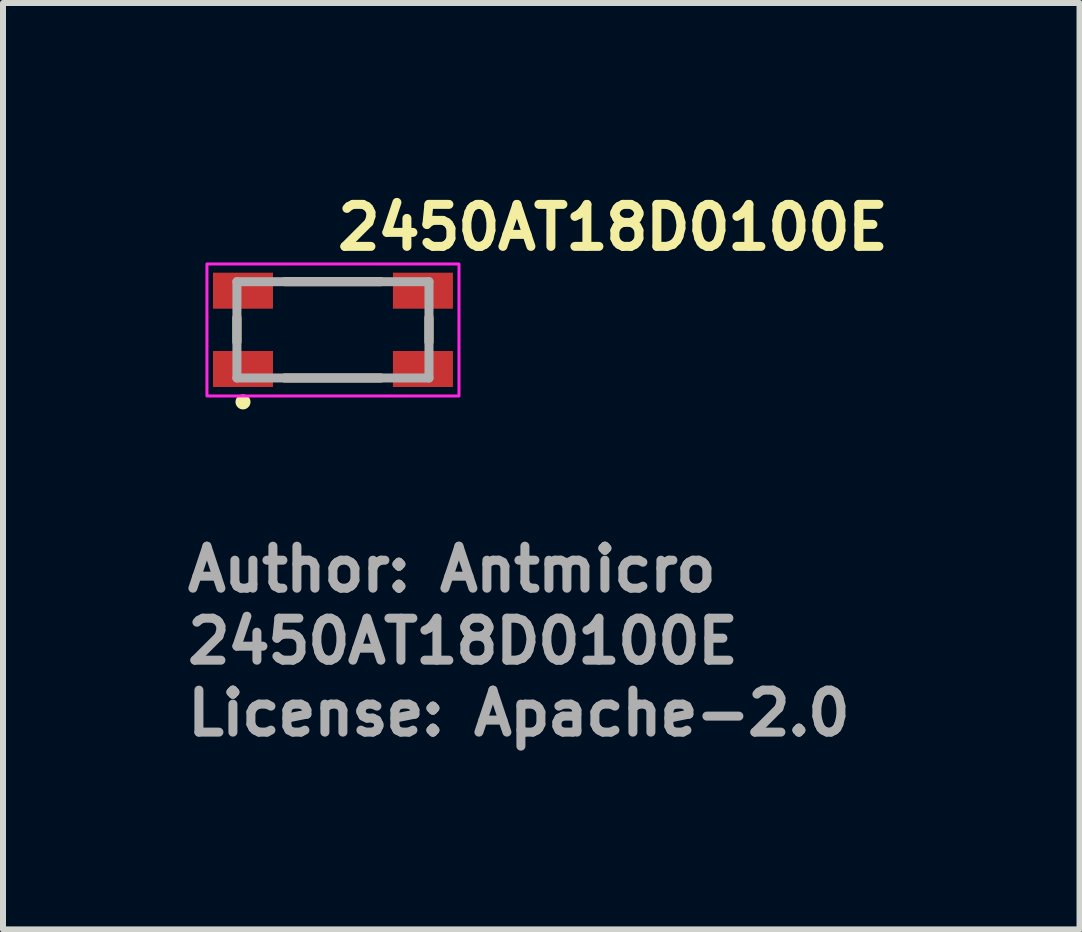
<source format=kicad_pcb>
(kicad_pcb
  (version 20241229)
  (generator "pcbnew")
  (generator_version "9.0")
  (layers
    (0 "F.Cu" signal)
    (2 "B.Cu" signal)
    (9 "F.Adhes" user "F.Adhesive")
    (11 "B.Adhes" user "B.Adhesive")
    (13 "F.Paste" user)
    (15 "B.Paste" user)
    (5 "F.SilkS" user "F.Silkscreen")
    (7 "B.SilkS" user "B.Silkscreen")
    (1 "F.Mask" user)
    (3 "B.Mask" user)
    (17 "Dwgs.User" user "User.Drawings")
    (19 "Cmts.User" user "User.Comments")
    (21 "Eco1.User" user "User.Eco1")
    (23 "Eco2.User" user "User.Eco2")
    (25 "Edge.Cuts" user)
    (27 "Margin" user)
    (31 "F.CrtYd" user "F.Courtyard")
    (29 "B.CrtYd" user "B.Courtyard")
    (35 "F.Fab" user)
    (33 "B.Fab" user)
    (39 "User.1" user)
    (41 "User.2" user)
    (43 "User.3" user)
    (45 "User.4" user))
  (footprint "2450AT18D0100E"
    (layer "F.Cu")
    (at 2.5 2.45)
    (property "Reference" "2450AT18D0100E" (at 0 -1.3 0) (layer "F.SilkS") (effects (font (size 0.7 0.7) (thickness 0.15)) (justify left bottom)))
    (attr smd)
    (fp_line (start -1.601 -0.205) (end -1.601 0.2) (stroke (width 0.15) (type solid)) (layer "F.SilkS"))
    (fp_line (start -0.805 -0.805) (end 0.8 -0.805) (stroke (width 0.15) (type solid)) (layer "F.SilkS"))
    (fp_line (start -0.805 0.8) (end 0.8 0.8) (stroke (width 0.15) (type solid)) (layer "F.SilkS"))
    (fp_line (start 1.6 -0.205) (end 1.6 0.2) (stroke (width 0.15) (type solid)) (layer "F.SilkS"))
    (fp_circle (center -1.5 1.199) (end -1.45 1.199) (stroke (width 0.15) (type solid)) (fill yes) (layer "F.SilkS"))
    (fp_rect (start -2.101 -1.1) (end 2.1 1.1) (stroke (width 0.05) (type solid)) (fill no) (layer "F.CrtYd"))
    (fp_line (start -1.601 -0.805) (end 1.6 -0.805) (stroke (width 0.15) (type solid)) (layer "F.Fab"))
    (fp_line (start -1.601 0.8) (end -1.601 -0.805) (stroke (width 0.15) (type solid)) (layer "F.Fab"))
    (fp_line (start 1.6 -0.805) (end 1.6 0.8) (stroke (width 0.15) (type solid)) (layer "F.Fab"))
    (fp_line (start 1.6 0.8) (end -1.601 0.8) (stroke (width 0.15) (type solid)) (layer "F.Fab"))
    (fp_rect (start -1.601 -0.802) (end 1.6 0.8) (stroke (width 0.1) (type solid)) (fill no) (layer "User.5"))
    (fp_line (start -1.601 -0.802) (end -1.601 -0.777) (stroke (width 0.02) (type solid)) (layer "User.9"))
    (fp_line (start -1.601 -0.783) (end -1.601 -0.781) (stroke (width 0.02) (type solid)) (layer "User.9"))
    (fp_line (start -1.601 -0.783) (end -1.601 -0.781) (stroke (width 0.02) (type solid)) (layer "User.9"))
    (fp_line (start -1.601 -0.781) (end -1.601 -0.78) (stroke (width 0.02) (type solid)) (layer "User.9"))
    (fp_line (start -1.601 -0.781) (end -1.601 -0.78) (stroke (width 0.02) (type solid)) (layer "User.9"))
    (fp_line (start -1.601 -0.78) (end -1.601 -0.779) (stroke (width 0.02) (type solid)) (layer "User.9"))
    (fp_line (start -1.601 -0.78) (end -1.601 -0.779) (stroke (width 0.02) (type solid)) (layer "User.9"))
    (fp_line (start -1.601 -0.779) (end -1.601 -0.778) (stroke (width 0.02) (type solid)) (layer "User.9"))
    (fp_line (start -1.601 -0.779) (end -1.601 -0.778) (stroke (width 0.02) (type solid)) (layer "User.9"))
    (fp_line (start -1.601 -0.778) (end -1.601 -0.777) (stroke (width 0.02) (type solid)) (layer "User.9"))
    (fp_line (start -1.601 -0.778) (end -1.601 -0.777) (stroke (width 0.02) (type solid)) (layer "User.9"))
    (fp_line (start -1.601 -0.777) (end -1.601 -0.527) (stroke (width 0.02) (type solid)) (layer "User.9"))
    (fp_line (start -1.601 -0.527) (end -1.601 -0.525) (stroke (width 0.02) (type solid)) (layer "User.9"))
    (fp_line (start -1.601 -0.527) (end -1.601 -0.525) (stroke (width 0.02) (type solid)) (layer "User.9"))
    (fp_line (start -1.601 -0.527) (end -1.601 0.525) (stroke (width 0.02) (type solid)) (layer "User.9"))
    (fp_line (start -1.601 -0.525) (end -1.601 -0.524) (stroke (width 0.02) (type solid)) (layer "User.9"))
    (fp_line (start -1.601 -0.525) (end -1.601 -0.524) (stroke (width 0.02) (type solid)) (layer "User.9"))
    (fp_line (start -1.601 -0.524) (end -1.601 -0.523) (stroke (width 0.02) (type solid)) (layer "User.9"))
    (fp_line (start -1.601 -0.524) (end -1.601 -0.523) (stroke (width 0.02) (type solid)) (layer "User.9"))
    (fp_line (start -1.601 -0.523) (end -1.601 -0.521) (stroke (width 0.02) (type solid)) (layer "User.9"))
    (fp_line (start -1.601 -0.523) (end -1.601 -0.521) (stroke (width 0.02) (type solid)) (layer "User.9"))
    (fp_line (start -1.601 -0.521) (end -1.601 -0.52) (stroke (width 0.02) (type solid)) (layer "User.9"))
    (fp_line (start -1.601 -0.521) (end -1.601 -0.52) (stroke (width 0.02) (type solid)) (layer "User.9"))
    (fp_line (start -1.601 -0.52) (end -1.599 -0.519) (stroke (width 0.02) (type solid)) (layer "User.9"))
    (fp_line (start -1.601 -0.52) (end -1.599 -0.519) (stroke (width 0.02) (type solid)) (layer "User.9"))
    (fp_line (start -1.601 0.518) (end -1.601 0.519) (stroke (width 0.02) (type solid)) (layer "User.9"))
    (fp_line (start -1.601 0.518) (end -1.601 0.519) (stroke (width 0.02) (type solid)) (layer "User.9"))
    (fp_line (start -1.601 0.519) (end -1.601 0.521) (stroke (width 0.02) (type solid)) (layer "User.9"))
    (fp_line (start -1.601 0.519) (end -1.601 0.521) (stroke (width 0.02) (type solid)) (layer "User.9"))
    (fp_line (start -1.601 0.521) (end -1.601 0.522) (stroke (width 0.02) (type solid)) (layer "User.9"))
    (fp_line (start -1.601 0.521) (end -1.601 0.522) (stroke (width 0.02) (type solid)) (layer "User.9"))
    (fp_line (start -1.601 0.522) (end -1.601 0.523) (stroke (width 0.02) (type solid)) (layer "User.9"))
    (fp_line (start -1.601 0.522) (end -1.601 0.523) (stroke (width 0.02) (type solid)) (layer "User.9"))
    (fp_line (start -1.601 0.523) (end -1.601 0.525) (stroke (width 0.02) (type solid)) (layer "User.9"))
    (fp_line (start -1.601 0.523) (end -1.601 0.525) (stroke (width 0.02) (type solid)) (layer "User.9"))
    (fp_line (start -1.601 0.525) (end -1.601 0.775) (stroke (width 0.02) (type solid)) (layer "User.9"))
    (fp_line (start -1.601 0.775) (end -1.601 0.776) (stroke (width 0.02) (type solid)) (layer "User.9"))
    (fp_line (start -1.601 0.775) (end -1.601 0.776) (stroke (width 0.02) (type solid)) (layer "User.9"))
    (fp_line (start -1.601 0.775) (end -1.601 0.8) (stroke (width 0.02) (type solid)) (layer "User.9"))
    (fp_line (start -1.601 0.776) (end -1.601 0.777) (stroke (width 0.02) (type solid)) (layer "User.9"))
    (fp_line (start -1.601 0.776) (end -1.601 0.777) (stroke (width 0.02) (type solid)) (layer "User.9"))
    (fp_line (start -1.601 0.777) (end -1.601 0.778) (stroke (width 0.02) (type solid)) (layer "User.9"))
    (fp_line (start -1.601 0.777) (end -1.601 0.778) (stroke (width 0.02) (type solid)) (layer "User.9"))
    (fp_line (start -1.601 0.778) (end -1.601 0.779) (stroke (width 0.02) (type solid)) (layer "User.9"))
    (fp_line (start -1.601 0.778) (end -1.601 0.779) (stroke (width 0.02) (type solid)) (layer "User.9"))
    (fp_line (start -1.601 0.779) (end -1.601 0.781) (stroke (width 0.02) (type solid)) (layer "User.9"))
    (fp_line (start -1.601 0.779) (end -1.601 0.781) (stroke (width 0.02) (type solid)) (layer "User.9"))
    (fp_line (start -1.601 0.781) (end -1.599 0.782) (stroke (width 0.02) (type solid)) (layer "User.9"))
    (fp_line (start -1.601 0.781) (end -1.599 0.782) (stroke (width 0.02) (type solid)) (layer "User.9"))
    (fp_line (start -1.601 0.8) (end -1.575 0.8) (stroke (width 0.02) (type solid)) (layer "User.9"))
    (fp_line (start -1.599 -0.788) (end -1.599 -0.787) (stroke (width 0.02) (type solid)) (layer "User.9"))
    (fp_line (start -1.599 -0.788) (end -1.599 -0.787) (stroke (width 0.02) (type solid)) (layer "User.9"))
    (fp_line (start -1.599 -0.787) (end -1.599 -0.786) (stroke (width 0.02) (type solid)) (layer "User.9"))
    (fp_line (start -1.599 -0.787) (end -1.599 -0.786) (stroke (width 0.02) (type solid)) (layer "User.9"))
    (fp_line (start -1.599 -0.786) (end -1.599 -0.785) (stroke (width 0.02) (type solid)) (layer "User.9"))
    (fp_line (start -1.599 -0.786) (end -1.599 -0.785) (stroke (width 0.02) (type solid)) (layer "User.9"))
    (fp_line (start -1.599 -0.785) (end -1.599 -0.784) (stroke (width 0.02) (type solid)) (layer "User.9"))
    (fp_line (start -1.599 -0.785) (end -1.599 -0.784) (stroke (width 0.02) (type solid)) (layer "User.9"))
    (fp_line (start -1.599 -0.784) (end -1.601 -0.783) (stroke (width 0.02) (type solid)) (layer "User.9"))
    (fp_line (start -1.599 -0.784) (end -1.601 -0.783) (stroke (width 0.02) (type solid)) (layer "User.9"))
    (fp_line (start -1.599 -0.519) (end -1.599 -0.518) (stroke (width 0.02) (type solid)) (layer "User.9"))
    (fp_line (start -1.599 -0.519) (end -1.599 -0.518) (stroke (width 0.02) (type solid)) (layer "User.9"))
    (fp_line (start -1.599 -0.518) (end -1.599 -0.517) (stroke (width 0.02) (type solid)) (layer "User.9"))
    (fp_line (start -1.599 -0.518) (end -1.599 -0.517) (stroke (width 0.02) (type solid)) (layer "User.9"))
    (fp_line (start -1.599 -0.517) (end -1.599 -0.516) (stroke (width 0.02) (type solid)) (layer "User.9"))
    (fp_line (start -1.599 -0.517) (end -1.599 -0.516) (stroke (width 0.02) (type solid)) (layer "User.9"))
    (fp_line (start -1.599 -0.516) (end -1.597 -0.515) (stroke (width 0.02) (type solid)) (layer "User.9"))
    (fp_line (start -1.599 -0.516) (end -1.597 -0.515) (stroke (width 0.02) (type solid)) (layer "User.9"))
    (fp_line (start -1.599 0.514) (end -1.599 0.515) (stroke (width 0.02) (type solid)) (layer "User.9"))
    (fp_line (start -1.599 0.514) (end -1.599 0.515) (stroke (width 0.02) (type solid)) (layer "User.9"))
    (fp_line (start -1.599 0.515) (end -1.599 0.516) (stroke (width 0.02) (type solid)) (layer "User.9"))
    (fp_line (start -1.599 0.515) (end -1.599 0.516) (stroke (width 0.02) (type solid)) (layer "User.9"))
    (fp_line (start -1.599 0.516) (end -1.599 0.517) (stroke (width 0.02) (type solid)) (layer "User.9"))
    (fp_line (start -1.599 0.516) (end -1.599 0.517) (stroke (width 0.02) (type solid)) (layer "User.9"))
    (fp_line (start -1.599 0.517) (end -1.601 0.518) (stroke (width 0.02) (type solid)) (layer "User.9"))
    (fp_line (start -1.599 0.517) (end -1.601 0.518) (stroke (width 0.02) (type solid)) (layer "User.9"))
    (fp_line (start -1.599 0.782) (end -1.599 0.783) (stroke (width 0.02) (type solid)) (layer "User.9"))
    (fp_line (start -1.599 0.782) (end -1.599 0.783) (stroke (width 0.02) (type solid)) (layer "User.9"))
    (fp_line (start -1.599 0.783) (end -1.599 0.784) (stroke (width 0.02) (type solid)) (layer "User.9"))
    (fp_line (start -1.599 0.783) (end -1.599 0.784) (stroke (width 0.02) (type solid)) (layer "User.9"))
    (fp_line (start -1.599 0.784) (end -1.599 0.785) (stroke (width 0.02) (type solid)) (layer "User.9"))
    (fp_line (start -1.599 0.784) (end -1.599 0.785) (stroke (width 0.02) (type solid)) (layer "User.9"))
    (fp_line (start -1.599 0.785) (end -1.599 0.786) (stroke (width 0.02) (type solid)) (layer "User.9"))
    (fp_line (start -1.599 0.785) (end -1.599 0.786) (stroke (width 0.02) (type solid)) (layer "User.9"))
    (fp_line (start -1.599 0.786) (end -1.597 0.787) (stroke (width 0.02) (type solid)) (layer "User.9"))
    (fp_line (start -1.599 0.786) (end -1.597 0.787) (stroke (width 0.02) (type solid)) (layer "User.9"))
    (fp_line (start -1.597 -0.791) (end -1.597 -0.79) (stroke (width 0.02) (type solid)) (layer "User.9"))
    (fp_line (start -1.597 -0.791) (end -1.597 -0.79) (stroke (width 0.02) (type solid)) (layer "User.9"))
    (fp_line (start -1.597 -0.79) (end -1.597 -0.789) (stroke (width 0.02) (type solid)) (layer "User.9"))
    (fp_line (start -1.597 -0.79) (end -1.597 -0.789) (stroke (width 0.02) (type solid)) (layer "User.9"))
    (fp_line (start -1.597 -0.789) (end -1.599 -0.788) (stroke (width 0.02) (type solid)) (layer "User.9"))
    (fp_line (start -1.597 -0.789) (end -1.599 -0.788) (stroke (width 0.02) (type solid)) (layer "User.9"))
    (fp_line (start -1.597 -0.515) (end -1.597 -0.514) (stroke (width 0.02) (type solid)) (layer "User.9"))
    (fp_line (start -1.597 -0.515) (end -1.597 -0.514) (stroke (width 0.02) (type solid)) (layer "User.9"))
    (fp_line (start -1.597 -0.514) (end -1.597 -0.512) (stroke (width 0.02) (type solid)) (layer "User.9"))
    (fp_line (start -1.597 -0.514) (end -1.597 -0.512) (stroke (width 0.02) (type solid)) (layer "User.9"))
    (fp_line (start -1.597 -0.512) (end -1.597 -0.511) (stroke (width 0.02) (type solid)) (layer "User.9"))
    (fp_line (start -1.597 -0.512) (end -1.597 -0.511) (stroke (width 0.02) (type solid)) (layer "User.9"))
    (fp_line (start -1.597 -0.511) (end -1.595 -0.51) (stroke (width 0.02) (type solid)) (layer "User.9"))
    (fp_line (start -1.597 -0.511) (end -1.595 -0.51) (stroke (width 0.02) (type solid)) (layer "User.9"))
    (fp_line (start -1.597 0.509) (end -1.597 0.51) (stroke (width 0.02) (type solid)) (layer "User.9"))
    (fp_line (start -1.597 0.509) (end -1.597 0.51) (stroke (width 0.02) (type solid)) (layer "User.9"))
    (fp_line (start -1.597 0.51) (end -1.597 0.512) (stroke (width 0.02) (type solid)) (layer "User.9"))
    (fp_line (start -1.597 0.51) (end -1.597 0.512) (stroke (width 0.02) (type solid)) (layer "User.9"))
    (fp_line (start -1.597 0.512) (end -1.597 0.513) (stroke (width 0.02) (type solid)) (layer "User.9"))
    (fp_line (start -1.597 0.512) (end -1.597 0.513) (stroke (width 0.02) (type solid)) (layer "User.9"))
    (fp_line (start -1.597 0.513) (end -1.599 0.514) (stroke (width 0.02) (type solid)) (layer "User.9"))
    (fp_line (start -1.597 0.513) (end -1.599 0.514) (stroke (width 0.02) (type solid)) (layer "User.9"))
    (fp_line (start -1.597 0.787) (end -1.597 0.788) (stroke (width 0.02) (type solid)) (layer "User.9"))
    (fp_line (start -1.597 0.787) (end -1.597 0.788) (stroke (width 0.02) (type solid)) (layer "User.9"))
    (fp_line (start -1.597 0.788) (end -1.597 0.789) (stroke (width 0.02) (type solid)) (layer "User.9"))
    (fp_line (start -1.597 0.788) (end -1.597 0.789) (stroke (width 0.02) (type solid)) (layer "User.9"))
    (fp_line (start -1.597 0.789) (end -1.595 0.79) (stroke (width 0.02) (type solid)) (layer "User.9"))
    (fp_line (start -1.597 0.789) (end -1.595 0.79) (stroke (width 0.02) (type solid)) (layer "User.9"))
    (fp_line (start -1.595 -0.793) (end -1.595 -0.792) (stroke (width 0.02) (type solid)) (layer "User.9"))
    (fp_line (start -1.595 -0.793) (end -1.595 -0.792) (stroke (width 0.02) (type solid)) (layer "User.9"))
    (fp_line (start -1.595 -0.792) (end -1.597 -0.791) (stroke (width 0.02) (type solid)) (layer "User.9"))
    (fp_line (start -1.595 -0.792) (end -1.597 -0.791) (stroke (width 0.02) (type solid)) (layer "User.9"))
    (fp_line (start -1.595 -0.51) (end -1.595 -0.509) (stroke (width 0.02) (type solid)) (layer "User.9"))
    (fp_line (start -1.595 -0.51) (end -1.595 -0.509) (stroke (width 0.02) (type solid)) (layer "User.9"))
    (fp_line (start -1.595 -0.509) (end -1.593 -0.508) (stroke (width 0.02) (type solid)) (layer "User.9"))
    (fp_line (start -1.595 -0.509) (end -1.593 -0.508) (stroke (width 0.02) (type solid)) (layer "User.9"))
    (fp_line (start -1.595 0.507) (end -1.595 0.508) (stroke (width 0.02) (type solid)) (layer "User.9"))
    (fp_line (start -1.595 0.507) (end -1.595 0.508) (stroke (width 0.02) (type solid)) (layer "User.9"))
    (fp_line (start -1.595 0.508) (end -1.597 0.509) (stroke (width 0.02) (type solid)) (layer "User.9"))
    (fp_line (start -1.595 0.508) (end -1.597 0.509) (stroke (width 0.02) (type solid)) (layer "User.9"))
    (fp_line (start -1.595 0.79) (end -1.595 0.791) (stroke (width 0.02) (type solid)) (layer "User.9"))
    (fp_line (start -1.595 0.79) (end -1.595 0.791) (stroke (width 0.02) (type solid)) (layer "User.9"))
    (fp_line (start -1.595 0.791) (end -1.593 0.792) (stroke (width 0.02) (type solid)) (layer "User.9"))
    (fp_line (start -1.595 0.791) (end -1.593 0.792) (stroke (width 0.02) (type solid)) (layer "User.9"))
    (fp_line (start -1.593 -0.795) (end -1.593 -0.794) (stroke (width 0.02) (type solid)) (layer "User.9"))
    (fp_line (start -1.593 -0.795) (end -1.593 -0.794) (stroke (width 0.02) (type solid)) (layer "User.9"))
    (fp_line (start -1.593 -0.794) (end -1.595 -0.793) (stroke (width 0.02) (type solid)) (layer "User.9"))
    (fp_line (start -1.593 -0.794) (end -1.595 -0.793) (stroke (width 0.02) (type solid)) (layer "User.9"))
    (fp_line (start -1.593 -0.794) (end -1.593 -0.794) (stroke (width 0.02) (type solid)) (layer "User.9"))
    (fp_line (start -1.593 -0.794) (end -1.593 -0.794) (stroke (width 0.02) (type solid)) (layer "User.9"))
    (fp_line (start -1.593 -0.508) (end -1.593 -0.507) (stroke (width 0.02) (type solid)) (layer "User.9"))
    (fp_line (start -1.593 -0.508) (end -1.593 -0.507) (stroke (width 0.02) (type solid)) (layer "User.9"))
    (fp_line (start -1.593 -0.507) (end -1.591 -0.506) (stroke (width 0.02) (type solid)) (layer "User.9"))
    (fp_line (start -1.593 -0.507) (end -1.591 -0.506) (stroke (width 0.02) (type solid)) (layer "User.9"))
    (fp_line (start -1.593 0.505) (end -1.593 0.506) (stroke (width 0.02) (type solid)) (layer "User.9"))
    (fp_line (start -1.593 0.505) (end -1.593 0.506) (stroke (width 0.02) (type solid)) (layer "User.9"))
    (fp_line (start -1.593 0.506) (end -1.595 0.507) (stroke (width 0.02) (type solid)) (layer "User.9"))
    (fp_line (start -1.593 0.506) (end -1.595 0.507) (stroke (width 0.02) (type solid)) (layer "User.9"))
    (fp_line (start -1.593 0.792) (end -1.593 0.792) (stroke (width 0.02) (type solid)) (layer "User.9"))
    (fp_line (start -1.593 0.792) (end -1.593 0.792) (stroke (width 0.02) (type solid)) (layer "User.9"))
    (fp_line (start -1.593 0.792) (end -1.593 0.793) (stroke (width 0.02) (type solid)) (layer "User.9"))
    (fp_line (start -1.593 0.792) (end -1.593 0.793) (stroke (width 0.02) (type solid)) (layer "User.9"))
    (fp_line (start -1.593 0.793) (end -1.591 0.794) (stroke (width 0.02) (type solid)) (layer "User.9"))
    (fp_line (start -1.593 0.793) (end -1.591 0.794) (stroke (width 0.02) (type solid)) (layer "User.9"))
    (fp_line (start -1.591 -0.797) (end -1.591 -0.796) (stroke (width 0.02) (type solid)) (layer "User.9"))
    (fp_line (start -1.591 -0.797) (end -1.591 -0.796) (stroke (width 0.02) (type solid)) (layer "User.9"))
    (fp_line (start -1.591 -0.796) (end -1.593 -0.795) (stroke (width 0.02) (type solid)) (layer "User.9"))
    (fp_line (start -1.591 -0.796) (end -1.593 -0.795) (stroke (width 0.02) (type solid)) (layer "User.9"))
    (fp_line (start -1.591 -0.506) (end -1.591 -0.505) (stroke (width 0.02) (type solid)) (layer "User.9"))
    (fp_line (start -1.591 -0.506) (end -1.591 -0.505) (stroke (width 0.02) (type solid)) (layer "User.9"))
    (fp_line (start -1.591 -0.505) (end -1.589 -0.505) (stroke (width 0.02) (type solid)) (layer "User.9"))
    (fp_line (start -1.591 -0.505) (end -1.589 -0.505) (stroke (width 0.02) (type solid)) (layer "User.9"))
    (fp_line (start -1.591 0.503) (end -1.591 0.504) (stroke (width 0.02) (type solid)) (layer "User.9"))
    (fp_line (start -1.591 0.503) (end -1.591 0.504) (stroke (width 0.02) (type solid)) (layer "User.9"))
    (fp_line (start -1.591 0.504) (end -1.593 0.505) (stroke (width 0.02) (type solid)) (layer "User.9"))
    (fp_line (start -1.591 0.504) (end -1.593 0.505) (stroke (width 0.02) (type solid)) (layer "User.9"))
    (fp_line (start -1.591 0.794) (end -1.591 0.795) (stroke (width 0.02) (type solid)) (layer "User.9"))
    (fp_line (start -1.591 0.794) (end -1.591 0.795) (stroke (width 0.02) (type solid)) (layer "User.9"))
    (fp_line (start -1.591 0.795) (end -1.589 0.795) (stroke (width 0.02) (type solid)) (layer "User.9"))
    (fp_line (start -1.591 0.795) (end -1.589 0.795) (stroke (width 0.02) (type solid)) (layer "User.9"))
    (fp_line (start -1.589 -0.798) (end -1.589 -0.797) (stroke (width 0.02) (type solid)) (layer "User.9"))
    (fp_line (start -1.589 -0.798) (end -1.589 -0.797) (stroke (width 0.02) (type solid)) (layer "User.9"))
    (fp_line (start -1.589 -0.797) (end -1.591 -0.797) (stroke (width 0.02) (type solid)) (layer "User.9"))
    (fp_line (start -1.589 -0.797) (end -1.591 -0.797) (stroke (width 0.02) (type solid)) (layer "User.9"))
    (fp_line (start -1.589 -0.505) (end -1.589 -0.504) (stroke (width 0.02) (type solid)) (layer "User.9"))
    (fp_line (start -1.589 -0.505) (end -1.589 -0.504) (stroke (width 0.02) (type solid)) (layer "User.9"))
    (fp_line (start -1.589 -0.504) (end -1.587 -0.504) (stroke (width 0.02) (type solid)) (layer "User.9"))
    (fp_line (start -1.589 -0.504) (end -1.587 -0.504) (stroke (width 0.02) (type solid)) (layer "User.9"))
    (fp_line (start -1.589 0.502) (end -1.589 0.503) (stroke (width 0.02) (type solid)) (layer "User.9"))
    (fp_line (start -1.589 0.502) (end -1.589 0.503) (stroke (width 0.02) (type solid)) (layer "User.9"))
    (fp_line (start -1.589 0.503) (end -1.591 0.503) (stroke (width 0.02) (type solid)) (layer "User.9"))
    (fp_line (start -1.589 0.503) (end -1.591 0.503) (stroke (width 0.02) (type solid)) (layer "User.9"))
    (fp_line (start -1.589 0.795) (end -1.589 0.796) (stroke (width 0.02) (type solid)) (layer "User.9"))
    (fp_line (start -1.589 0.795) (end -1.589 0.796) (stroke (width 0.02) (type solid)) (layer "User.9"))
    (fp_line (start -1.589 0.796) (end -1.587 0.797) (stroke (width 0.02) (type solid)) (layer "User.9"))
    (fp_line (start -1.589 0.796) (end -1.587 0.797) (stroke (width 0.02) (type solid)) (layer "User.9"))
    (fp_line (start -1.587 -0.799) (end -1.589 -0.798) (stroke (width 0.02) (type solid)) (layer "User.9"))
    (fp_line (start -1.587 -0.799) (end -1.589 -0.798) (stroke (width 0.02) (type solid)) (layer "User.9"))
    (fp_line (start -1.587 -0.799) (end -1.587 -0.799) (stroke (width 0.02) (type solid)) (layer "User.9"))
    (fp_line (start -1.587 -0.799) (end -1.587 -0.799) (stroke (width 0.02) (type solid)) (layer "User.9"))
    (fp_line (start -1.587 -0.504) (end -1.587 -0.503) (stroke (width 0.02) (type solid)) (layer "User.9"))
    (fp_line (start -1.587 -0.504) (end -1.587 -0.503) (stroke (width 0.02) (type solid)) (layer "User.9"))
    (fp_line (start -1.587 -0.503) (end -1.585 -0.502) (stroke (width 0.02) (type solid)) (layer "User.9"))
    (fp_line (start -1.587 -0.503) (end -1.585 -0.502) (stroke (width 0.02) (type solid)) (layer "User.9"))
    (fp_line (start -1.587 0.501) (end -1.587 0.502) (stroke (width 0.02) (type solid)) (layer "User.9"))
    (fp_line (start -1.587 0.501) (end -1.587 0.502) (stroke (width 0.02) (type solid)) (layer "User.9"))
    (fp_line (start -1.587 0.502) (end -1.589 0.502) (stroke (width 0.02) (type solid)) (layer "User.9"))
    (fp_line (start -1.587 0.502) (end -1.589 0.502) (stroke (width 0.02) (type solid)) (layer "User.9"))
    (fp_line (start -1.587 0.797) (end -1.587 0.797) (stroke (width 0.02) (type solid)) (layer "User.9"))
    (fp_line (start -1.587 0.797) (end -1.587 0.797) (stroke (width 0.02) (type solid)) (layer "User.9"))
    (fp_line (start -1.587 0.797) (end -1.585 0.798) (stroke (width 0.02) (type solid)) (layer "User.9"))
    (fp_line (start -1.587 0.797) (end -1.585 0.798) (stroke (width 0.02) (type solid)) (layer "User.9"))
    (fp_line (start -1.585 -0.8) (end -1.587 -0.799) (stroke (width 0.02) (type solid)) (layer "User.9"))
    (fp_line (start -1.585 -0.8) (end -1.587 -0.799) (stroke (width 0.02) (type solid)) (layer "User.9"))
    (fp_line (start -1.585 -0.8) (end -1.585 -0.8) (stroke (width 0.02) (type solid)) (layer "User.9"))
    (fp_line (start -1.585 -0.8) (end -1.585 -0.8) (stroke (width 0.02) (type solid)) (layer "User.9"))
    (fp_line (start -1.585 -0.502) (end -1.585 -0.502) (stroke (width 0.02) (type solid)) (layer "User.9"))
    (fp_line (start -1.585 -0.502) (end -1.585 -0.502) (stroke (width 0.02) (type solid)) (layer "User.9"))
    (fp_line (start -1.585 -0.502) (end -1.583 -0.502) (stroke (width 0.02) (type solid)) (layer "User.9"))
    (fp_line (start -1.585 -0.502) (end -1.583 -0.502) (stroke (width 0.02) (type solid)) (layer "User.9"))
    (fp_line (start -1.585 0.5) (end -1.587 0.501) (stroke (width 0.02) (type solid)) (layer "User.9"))
    (fp_line (start -1.585 0.5) (end -1.587 0.501) (stroke (width 0.02) (type solid)) (layer "User.9"))
    (fp_line (start -1.585 0.5) (end -1.585 0.5) (stroke (width 0.02) (type solid)) (layer "User.9"))
    (fp_line (start -1.585 0.5) (end -1.585 0.5) (stroke (width 0.02) (type solid)) (layer "User.9"))
    (fp_line (start -1.585 0.798) (end -1.585 0.798) (stroke (width 0.02) (type solid)) (layer "User.9"))
    (fp_line (start -1.585 0.798) (end -1.585 0.798) (stroke (width 0.02) (type solid)) (layer "User.9"))
    (fp_line (start -1.585 0.798) (end -1.583 0.798) (stroke (width 0.02) (type solid)) (layer "User.9"))
    (fp_line (start -1.585 0.798) (end -1.583 0.798) (stroke (width 0.02) (type solid)) (layer "User.9"))
    (fp_line (start -1.583 -0.801) (end -1.583 -0.8) (stroke (width 0.02) (type solid)) (layer "User.9"))
    (fp_line (start -1.583 -0.801) (end -1.583 -0.8) (stroke (width 0.02) (type solid)) (layer "User.9"))
    (fp_line (start -1.583 -0.8) (end -1.585 -0.8) (stroke (width 0.02) (type solid)) (layer "User.9"))
    (fp_line (start -1.583 -0.8) (end -1.585 -0.8) (stroke (width 0.02) (type solid)) (layer "User.9"))
    (fp_line (start -1.583 -0.502) (end -1.583 -0.501) (stroke (width 0.02) (type solid)) (layer "User.9"))
    (fp_line (start -1.583 -0.502) (end -1.583 -0.501) (stroke (width 0.02) (type solid)) (layer "User.9"))
    (fp_line (start -1.583 -0.501) (end -1.581 -0.501) (stroke (width 0.02) (type solid)) (layer "User.9"))
    (fp_line (start -1.583 -0.501) (end -1.581 -0.501) (stroke (width 0.02) (type solid)) (layer "User.9"))
    (fp_line (start -1.583 0.499) (end -1.583 0.5) (stroke (width 0.02) (type solid)) (layer "User.9"))
    (fp_line (start -1.583 0.499) (end -1.583 0.5) (stroke (width 0.02) (type solid)) (layer "User.9"))
    (fp_line (start -1.583 0.5) (end -1.585 0.5) (stroke (width 0.02) (type solid)) (layer "User.9"))
    (fp_line (start -1.583 0.5) (end -1.585 0.5) (stroke (width 0.02) (type solid)) (layer "User.9"))
    (fp_line (start -1.583 0.798) (end -1.583 0.799) (stroke (width 0.02) (type solid)) (layer "User.9"))
    (fp_line (start -1.583 0.798) (end -1.583 0.799) (stroke (width 0.02) (type solid)) (layer "User.9"))
    (fp_line (start -1.583 0.799) (end -1.581 0.799) (stroke (width 0.02) (type solid)) (layer "User.9"))
    (fp_line (start -1.583 0.799) (end -1.581 0.799) (stroke (width 0.02) (type solid)) (layer "User.9"))
    (fp_line (start -1.581 -0.801) (end -1.583 -0.801) (stroke (width 0.02) (type solid)) (layer "User.9"))
    (fp_line (start -1.581 -0.801) (end -1.583 -0.801) (stroke (width 0.02) (type solid)) (layer "User.9"))
    (fp_line (start -1.581 -0.501) (end -1.579 -0.501) (stroke (width 0.02) (type solid)) (layer "User.9"))
    (fp_line (start -1.581 -0.501) (end -1.579 -0.501) (stroke (width 0.02) (type solid)) (layer "User.9"))
    (fp_line (start -1.581 0.499) (end -1.583 0.499) (stroke (width 0.02) (type solid)) (layer "User.9"))
    (fp_line (start -1.581 0.499) (end -1.583 0.499) (stroke (width 0.02) (type solid)) (layer "User.9"))
    (fp_line (start -1.581 0.799) (end -1.579 0.799) (stroke (width 0.02) (type solid)) (layer "User.9"))
    (fp_line (start -1.581 0.799) (end -1.579 0.799) (stroke (width 0.02) (type solid)) (layer "User.9"))
    (fp_line (start -1.579 -0.801) (end -1.581 -0.801) (stroke (width 0.02) (type solid)) (layer "User.9"))
    (fp_line (start -1.579 -0.801) (end -1.581 -0.801) (stroke (width 0.02) (type solid)) (layer "User.9"))
    (fp_line (start -1.579 -0.801) (end -1.579 -0.801) (stroke (width 0.02) (type solid)) (layer "User.9"))
    (fp_line (start -1.579 -0.801) (end -1.579 -0.801) (stroke (width 0.02) (type solid)) (layer "User.9"))
    (fp_line (start -1.579 -0.501) (end -1.579 -0.501) (stroke (width 0.02) (type solid)) (layer "User.9"))
    (fp_line (start -1.579 -0.501) (end -1.579 -0.501) (stroke (width 0.02) (type solid)) (layer "User.9"))
    (fp_line (start -1.579 -0.501) (end -1.577 -0.501) (stroke (width 0.02) (type solid)) (layer "User.9"))
    (fp_line (start -1.579 -0.501) (end -1.577 -0.501) (stroke (width 0.02) (type solid)) (layer "User.9"))
    (fp_line (start -1.579 0.499) (end -1.581 0.499) (stroke (width 0.02) (type solid)) (layer "User.9"))
    (fp_line (start -1.579 0.499) (end -1.581 0.499) (stroke (width 0.02) (type solid)) (layer "User.9"))
    (fp_line (start -1.579 0.499) (end -1.579 0.499) (stroke (width 0.02) (type solid)) (layer "User.9"))
    (fp_line (start -1.579 0.499) (end -1.579 0.499) (stroke (width 0.02) (type solid)) (layer "User.9"))
    (fp_line (start -1.579 0.799) (end -1.579 0.799) (stroke (width 0.02) (type solid)) (layer "User.9"))
    (fp_line (start -1.579 0.799) (end -1.579 0.799) (stroke (width 0.02) (type solid)) (layer "User.9"))
    (fp_line (start -1.579 0.799) (end -1.577 0.799) (stroke (width 0.02) (type solid)) (layer "User.9"))
    (fp_line (start -1.579 0.799) (end -1.577 0.799) (stroke (width 0.02) (type solid)) (layer "User.9"))
    (fp_line (start -1.577 -0.801) (end -1.579 -0.801) (stroke (width 0.02) (type solid)) (layer "User.9"))
    (fp_line (start -1.577 -0.801) (end -1.579 -0.801) (stroke (width 0.02) (type solid)) (layer "User.9"))
    (fp_line (start -1.577 -0.501) (end -1.575 -0.5) (stroke (width 0.02) (type solid)) (layer "User.9"))
    (fp_line (start -1.577 -0.501) (end -1.575 -0.5) (stroke (width 0.02) (type solid)) (layer "User.9"))
    (fp_line (start -1.577 0.499) (end -1.579 0.499) (stroke (width 0.02) (type solid)) (layer "User.9"))
    (fp_line (start -1.577 0.499) (end -1.579 0.499) (stroke (width 0.02) (type solid)) (layer "User.9"))
    (fp_line (start -1.577 0.799) (end -1.575 0.8) (stroke (width 0.02) (type solid)) (layer "User.9"))
    (fp_line (start -1.577 0.799) (end -1.575 0.8) (stroke (width 0.02) (type solid)) (layer "User.9"))
    (fp_line (start -1.575 -0.802) (end -1.601 -0.802) (stroke (width 0.02) (type solid)) (layer "User.9"))
    (fp_line (start -1.575 -0.802) (end -1.577 -0.801) (stroke (width 0.02) (type solid)) (layer "User.9"))
    (fp_line (start -1.575 -0.802) (end -1.577 -0.801) (stroke (width 0.02) (type solid)) (layer "User.9"))
    (fp_line (start -1.575 -0.5) (end -1.125 -0.5) (stroke (width 0.02) (type solid)) (layer "User.9"))
    (fp_line (start -1.575 -0.5) (end -1.125 -0.5) (stroke (width 0.02) (type solid)) (layer "User.9"))
    (fp_line (start -1.575 0.498) (end -1.577 0.499) (stroke (width 0.02) (type solid)) (layer "User.9"))
    (fp_line (start -1.575 0.498) (end -1.577 0.499) (stroke (width 0.02) (type solid)) (layer "User.9"))
    (fp_line (start -1.575 0.8) (end -1.125 0.8) (stroke (width 0.02) (type solid)) (layer "User.9"))
    (fp_line (start -1.125 -0.802) (end -1.575 -0.802) (stroke (width 0.02) (type solid)) (layer "User.9"))
    (fp_line (start -1.125 -0.801) (end -1.125 -0.802) (stroke (width 0.02) (type solid)) (layer "User.9"))
    (fp_line (start -1.125 -0.801) (end -1.125 -0.802) (stroke (width 0.02) (type solid)) (layer "User.9"))
    (fp_line (start -1.125 -0.501) (end -1.123 -0.501) (stroke (width 0.02) (type solid)) (layer "User.9"))
    (fp_line (start -1.125 -0.501) (end -1.123 -0.501) (stroke (width 0.02) (type solid)) (layer "User.9"))
    (fp_line (start -1.125 -0.5) (end -1.125 -0.501) (stroke (width 0.02) (type solid)) (layer "User.9"))
    (fp_line (start -1.125 -0.5) (end -1.125 -0.501) (stroke (width 0.02) (type solid)) (layer "User.9"))
    (fp_line (start -1.125 0.498) (end -1.575 0.498) (stroke (width 0.02) (type solid)) (layer "User.9"))
    (fp_line (start -1.125 0.498) (end -1.575 0.498) (stroke (width 0.02) (type solid)) (layer "User.9"))
    (fp_line (start -1.125 0.499) (end -1.125 0.498) (stroke (width 0.02) (type solid)) (layer "User.9"))
    (fp_line (start -1.125 0.499) (end -1.125 0.498) (stroke (width 0.02) (type solid)) (layer "User.9"))
    (fp_line (start -1.125 0.799) (end -1.123 0.799) (stroke (width 0.02) (type solid)) (layer "User.9"))
    (fp_line (start -1.125 0.799) (end -1.123 0.799) (stroke (width 0.02) (type solid)) (layer "User.9"))
    (fp_line (start -1.125 0.8) (end -1.125 0.799) (stroke (width 0.02) (type solid)) (layer "User.9"))
    (fp_line (start -1.125 0.8) (end -1.125 0.799) (stroke (width 0.02) (type solid)) (layer "User.9"))
    (fp_line (start -1.125 0.8) (end 1.124 0.8) (stroke (width 0.02) (type solid)) (layer "User.9"))
    (fp_line (start -1.123 -0.801) (end -1.125 -0.801) (stroke (width 0.02) (type solid)) (layer "User.9"))
    (fp_line (start -1.123 -0.801) (end -1.125 -0.801) (stroke (width 0.02) (type solid)) (layer "User.9"))
    (fp_line (start -1.123 -0.801) (end -1.123 -0.801) (stroke (width 0.02) (type solid)) (layer "User.9"))
    (fp_line (start -1.123 -0.801) (end -1.123 -0.801) (stroke (width 0.02) (type solid)) (layer "User.9"))
    (fp_line (start -1.123 -0.501) (end -1.123 -0.501) (stroke (width 0.02) (type solid)) (layer "User.9"))
    (fp_line (start -1.123 -0.501) (end -1.123 -0.501) (stroke (width 0.02) (type solid)) (layer "User.9"))
    (fp_line (start -1.123 -0.501) (end -1.121 -0.501) (stroke (width 0.02) (type solid)) (layer "User.9"))
    (fp_line (start -1.123 -0.501) (end -1.121 -0.501) (stroke (width 0.02) (type solid)) (layer "User.9"))
    (fp_line (start -1.123 0.499) (end -1.125 0.499) (stroke (width 0.02) (type solid)) (layer "User.9"))
    (fp_line (start -1.123 0.499) (end -1.125 0.499) (stroke (width 0.02) (type solid)) (layer "User.9"))
    (fp_line (start -1.123 0.499) (end -1.123 0.499) (stroke (width 0.02) (type solid)) (layer "User.9"))
    (fp_line (start -1.123 0.499) (end -1.123 0.499) (stroke (width 0.02) (type solid)) (layer "User.9"))
    (fp_line (start -1.123 0.799) (end -1.123 0.799) (stroke (width 0.02) (type solid)) (layer "User.9"))
    (fp_line (start -1.123 0.799) (end -1.123 0.799) (stroke (width 0.02) (type solid)) (layer "User.9"))
    (fp_line (start -1.123 0.799) (end -1.121 0.799) (stroke (width 0.02) (type solid)) (layer "User.9"))
    (fp_line (start -1.123 0.799) (end -1.121 0.799) (stroke (width 0.02) (type solid)) (layer "User.9"))
    (fp_line (start -1.121 -0.801) (end -1.123 -0.801) (stroke (width 0.02) (type solid)) (layer "User.9"))
    (fp_line (start -1.121 -0.801) (end -1.123 -0.801) (stroke (width 0.02) (type solid)) (layer "User.9"))
    (fp_line (start -1.121 -0.501) (end -1.119 -0.501) (stroke (width 0.02) (type solid)) (layer "User.9"))
    (fp_line (start -1.121 -0.501) (end -1.119 -0.501) (stroke (width 0.02) (type solid)) (layer "User.9"))
    (fp_line (start -1.121 0.499) (end -1.123 0.499) (stroke (width 0.02) (type solid)) (layer "User.9"))
    (fp_line (start -1.121 0.499) (end -1.123 0.499) (stroke (width 0.02) (type solid)) (layer "User.9"))
    (fp_line (start -1.121 0.799) (end -1.119 0.799) (stroke (width 0.02) (type solid)) (layer "User.9"))
    (fp_line (start -1.121 0.799) (end -1.119 0.799) (stroke (width 0.02) (type solid)) (layer "User.9"))
    (fp_line (start -1.119 -0.801) (end -1.121 -0.801) (stroke (width 0.02) (type solid)) (layer "User.9"))
    (fp_line (start -1.119 -0.801) (end -1.121 -0.801) (stroke (width 0.02) (type solid)) (layer "User.9"))
    (fp_line (start -1.119 -0.8) (end -1.119 -0.801) (stroke (width 0.02) (type solid)) (layer "User.9"))
    (fp_line (start -1.119 -0.8) (end -1.119 -0.801) (stroke (width 0.02) (type solid)) (layer "User.9"))
    (fp_line (start -1.119 -0.502) (end -1.117 -0.502) (stroke (width 0.02) (type solid)) (layer "User.9"))
    (fp_line (start -1.119 -0.502) (end -1.117 -0.502) (stroke (width 0.02) (type solid)) (layer "User.9"))
    (fp_line (start -1.119 -0.501) (end -1.119 -0.502) (stroke (width 0.02) (type solid)) (layer "User.9"))
    (fp_line (start -1.119 -0.501) (end -1.119 -0.502) (stroke (width 0.02) (type solid)) (layer "User.9"))
    (fp_line (start -1.119 0.499) (end -1.121 0.499) (stroke (width 0.02) (type solid)) (layer "User.9"))
    (fp_line (start -1.119 0.499) (end -1.121 0.499) (stroke (width 0.02) (type solid)) (layer "User.9"))
    (fp_line (start -1.119 0.5) (end -1.119 0.499) (stroke (width 0.02) (type solid)) (layer "User.9"))
    (fp_line (start -1.119 0.5) (end -1.119 0.499) (stroke (width 0.02) (type solid)) (layer "User.9"))
    (fp_line (start -1.119 0.798) (end -1.117 0.798) (stroke (width 0.02) (type solid)) (layer "User.9"))
    (fp_line (start -1.119 0.798) (end -1.117 0.798) (stroke (width 0.02) (type solid)) (layer "User.9"))
    (fp_line (start -1.119 0.799) (end -1.119 0.798) (stroke (width 0.02) (type solid)) (layer "User.9"))
    (fp_line (start -1.119 0.799) (end -1.119 0.798) (stroke (width 0.02) (type solid)) (layer "User.9"))
    (fp_line (start -1.117 -0.8) (end -1.119 -0.8) (stroke (width 0.02) (type solid)) (layer "User.9"))
    (fp_line (start -1.117 -0.8) (end -1.119 -0.8) (stroke (width 0.02) (type solid)) (layer "User.9"))
    (fp_line (start -1.117 -0.8) (end -1.117 -0.8) (stroke (width 0.02) (type solid)) (layer "User.9"))
    (fp_line (start -1.117 -0.8) (end -1.117 -0.8) (stroke (width 0.02) (type solid)) (layer "User.9"))
    (fp_line (start -1.117 -0.502) (end -1.117 -0.502) (stroke (width 0.02) (type solid)) (layer "User.9"))
    (fp_line (start -1.117 -0.502) (end -1.117 -0.502) (stroke (width 0.02) (type solid)) (layer "User.9"))
    (fp_line (start -1.117 -0.502) (end -1.115 -0.503) (stroke (width 0.02) (type solid)) (layer "User.9"))
    (fp_line (start -1.117 -0.502) (end -1.115 -0.503) (stroke (width 0.02) (type solid)) (layer "User.9"))
    (fp_line (start -1.117 0.5) (end -1.119 0.5) (stroke (width 0.02) (type solid)) (layer "User.9"))
    (fp_line (start -1.117 0.5) (end -1.119 0.5) (stroke (width 0.02) (type solid)) (layer "User.9"))
    (fp_line (start -1.117 0.5) (end -1.117 0.5) (stroke (width 0.02) (type solid)) (layer "User.9"))
    (fp_line (start -1.117 0.5) (end -1.117 0.5) (stroke (width 0.02) (type solid)) (layer "User.9"))
    (fp_line (start -1.117 0.798) (end -1.117 0.798) (stroke (width 0.02) (type solid)) (layer "User.9"))
    (fp_line (start -1.117 0.798) (end -1.117 0.798) (stroke (width 0.02) (type solid)) (layer "User.9"))
    (fp_line (start -1.117 0.798) (end -1.115 0.797) (stroke (width 0.02) (type solid)) (layer "User.9"))
    (fp_line (start -1.117 0.798) (end -1.115 0.797) (stroke (width 0.02) (type solid)) (layer "User.9"))
    (fp_line (start -1.115 -0.799) (end -1.117 -0.8) (stroke (width 0.02) (type solid)) (layer "User.9"))
    (fp_line (start -1.115 -0.799) (end -1.117 -0.8) (stroke (width 0.02) (type solid)) (layer "User.9"))
    (fp_line (start -1.115 -0.799) (end -1.115 -0.799) (stroke (width 0.02) (type solid)) (layer "User.9"))
    (fp_line (start -1.115 -0.799) (end -1.115 -0.799) (stroke (width 0.02) (type solid)) (layer "User.9"))
    (fp_line (start -1.115 -0.504) (end -1.113 -0.504) (stroke (width 0.02) (type solid)) (layer "User.9"))
    (fp_line (start -1.115 -0.504) (end -1.113 -0.504) (stroke (width 0.02) (type solid)) (layer "User.9"))
    (fp_line (start -1.115 -0.503) (end -1.115 -0.504) (stroke (width 0.02) (type solid)) (layer "User.9"))
    (fp_line (start -1.115 -0.503) (end -1.115 -0.504) (stroke (width 0.02) (type solid)) (layer "User.9"))
    (fp_line (start -1.115 0.501) (end -1.117 0.5) (stroke (width 0.02) (type solid)) (layer "User.9"))
    (fp_line (start -1.115 0.501) (end -1.117 0.5) (stroke (width 0.02) (type solid)) (layer "User.9"))
    (fp_line (start -1.115 0.502) (end -1.115 0.501) (stroke (width 0.02) (type solid)) (layer "User.9"))
    (fp_line (start -1.115 0.502) (end -1.115 0.501) (stroke (width 0.02) (type solid)) (layer "User.9"))
    (fp_line (start -1.115 0.797) (end -1.115 0.797) (stroke (width 0.02) (type solid)) (layer "User.9"))
    (fp_line (start -1.115 0.797) (end -1.115 0.797) (stroke (width 0.02) (type solid)) (layer "User.9"))
    (fp_line (start -1.115 0.797) (end -1.113 0.796) (stroke (width 0.02) (type solid)) (layer "User.9"))
    (fp_line (start -1.115 0.797) (end -1.113 0.796) (stroke (width 0.02) (type solid)) (layer "User.9"))
    (fp_line (start -1.113 -0.798) (end -1.115 -0.799) (stroke (width 0.02) (type solid)) (layer "User.9"))
    (fp_line (start -1.113 -0.798) (end -1.115 -0.799) (stroke (width 0.02) (type solid)) (layer "User.9"))
    (fp_line (start -1.113 -0.797) (end -1.113 -0.798) (stroke (width 0.02) (type solid)) (layer "User.9"))
    (fp_line (start -1.113 -0.797) (end -1.113 -0.798) (stroke (width 0.02) (type solid)) (layer "User.9"))
    (fp_line (start -1.113 -0.505) (end -1.111 -0.505) (stroke (width 0.02) (type solid)) (layer "User.9"))
    (fp_line (start -1.113 -0.505) (end -1.111 -0.505) (stroke (width 0.02) (type solid)) (layer "User.9"))
    (fp_line (start -1.113 -0.504) (end -1.113 -0.505) (stroke (width 0.02) (type solid)) (layer "User.9"))
    (fp_line (start -1.113 -0.504) (end -1.113 -0.505) (stroke (width 0.02) (type solid)) (layer "User.9"))
    (fp_line (start -1.113 0.502) (end -1.115 0.502) (stroke (width 0.02) (type solid)) (layer "User.9"))
    (fp_line (start -1.113 0.502) (end -1.115 0.502) (stroke (width 0.02) (type solid)) (layer "User.9"))
    (fp_line (start -1.113 0.503) (end -1.113 0.502) (stroke (width 0.02) (type solid)) (layer "User.9"))
    (fp_line (start -1.113 0.503) (end -1.113 0.502) (stroke (width 0.02) (type solid)) (layer "User.9"))
    (fp_line (start -1.113 0.795) (end -1.111 0.795) (stroke (width 0.02) (type solid)) (layer "User.9"))
    (fp_line (start -1.113 0.795) (end -1.111 0.795) (stroke (width 0.02) (type solid)) (layer "User.9"))
    (fp_line (start -1.113 0.796) (end -1.113 0.795) (stroke (width 0.02) (type solid)) (layer "User.9"))
    (fp_line (start -1.113 0.796) (end -1.113 0.795) (stroke (width 0.02) (type solid)) (layer "User.9"))
    (fp_line (start -1.111 -0.797) (end -1.113 -0.797) (stroke (width 0.02) (type solid)) (layer "User.9"))
    (fp_line (start -1.111 -0.797) (end -1.113 -0.797) (stroke (width 0.02) (type solid)) (layer "User.9"))
    (fp_line (start -1.111 -0.796) (end -1.111 -0.797) (stroke (width 0.02) (type solid)) (layer "User.9"))
    (fp_line (start -1.111 -0.796) (end -1.111 -0.797) (stroke (width 0.02) (type solid)) (layer "User.9"))
    (fp_line (start -1.111 -0.506) (end -1.109 -0.507) (stroke (width 0.02) (type solid)) (layer "User.9"))
    (fp_line (start -1.111 -0.506) (end -1.109 -0.507) (stroke (width 0.02) (type solid)) (layer "User.9"))
    (fp_line (start -1.111 -0.505) (end -1.111 -0.506) (stroke (width 0.02) (type solid)) (layer "User.9"))
    (fp_line (start -1.111 -0.505) (end -1.111 -0.506) (stroke (width 0.02) (type solid)) (layer "User.9"))
    (fp_line (start -1.111 0.503) (end -1.113 0.503) (stroke (width 0.02) (type solid)) (layer "User.9"))
    (fp_line (start -1.111 0.503) (end -1.113 0.503) (stroke (width 0.02) (type solid)) (layer "User.9"))
    (fp_line (start -1.111 0.504) (end -1.111 0.503) (stroke (width 0.02) (type solid)) (layer "User.9"))
    (fp_line (start -1.111 0.504) (end -1.111 0.503) (stroke (width 0.02) (type solid)) (layer "User.9"))
    (fp_line (start -1.111 0.794) (end -1.109 0.793) (stroke (width 0.02) (type solid)) (layer "User.9"))
    (fp_line (start -1.111 0.794) (end -1.109 0.793) (stroke (width 0.02) (type solid)) (layer "User.9"))
    (fp_line (start -1.111 0.795) (end -1.111 0.794) (stroke (width 0.02) (type solid)) (layer "User.9"))
    (fp_line (start -1.111 0.795) (end -1.111 0.794) (stroke (width 0.02) (type solid)) (layer "User.9"))
    (fp_line (start -1.109 -0.795) (end -1.111 -0.796) (stroke (width 0.02) (type solid)) (layer "User.9"))
    (fp_line (start -1.109 -0.795) (end -1.111 -0.796) (stroke (width 0.02) (type solid)) (layer "User.9"))
    (fp_line (start -1.109 -0.794) (end -1.109 -0.795) (stroke (width 0.02) (type solid)) (layer "User.9"))
    (fp_line (start -1.109 -0.794) (end -1.109 -0.795) (stroke (width 0.02) (type solid)) (layer "User.9"))
    (fp_line (start -1.109 -0.794) (end -1.109 -0.794) (stroke (width 0.02) (type solid)) (layer "User.9"))
    (fp_line (start -1.109 -0.794) (end -1.109 -0.794) (stroke (width 0.02) (type solid)) (layer "User.9"))
    (fp_line (start -1.109 -0.508) (end -1.107 -0.509) (stroke (width 0.02) (type solid)) (layer "User.9"))
    (fp_line (start -1.109 -0.508) (end -1.107 -0.509) (stroke (width 0.02) (type solid)) (layer "User.9"))
    (fp_line (start -1.109 -0.507) (end -1.109 -0.508) (stroke (width 0.02) (type solid)) (layer "User.9"))
    (fp_line (start -1.109 -0.507) (end -1.109 -0.508) (stroke (width 0.02) (type solid)) (layer "User.9"))
    (fp_line (start -1.109 0.505) (end -1.111 0.504) (stroke (width 0.02) (type solid)) (layer "User.9"))
    (fp_line (start -1.109 0.505) (end -1.111 0.504) (stroke (width 0.02) (type solid)) (layer "User.9"))
    (fp_line (start -1.109 0.506) (end -1.109 0.505) (stroke (width 0.02) (type solid)) (layer "User.9"))
    (fp_line (start -1.109 0.506) (end -1.109 0.505) (stroke (width 0.02) (type solid)) (layer "User.9"))
    (fp_line (start -1.109 0.792) (end -1.109 0.792) (stroke (width 0.02) (type solid)) (layer "User.9"))
    (fp_line (start -1.109 0.792) (end -1.109 0.792) (stroke (width 0.02) (type solid)) (layer "User.9"))
    (fp_line (start -1.109 0.792) (end -1.107 0.791) (stroke (width 0.02) (type solid)) (layer "User.9"))
    (fp_line (start -1.109 0.792) (end -1.107 0.791) (stroke (width 0.02) (type solid)) (layer "User.9"))
    (fp_line (start -1.109 0.793) (end -1.109 0.792) (stroke (width 0.02) (type solid)) (layer "User.9"))
    (fp_line (start -1.109 0.793) (end -1.109 0.792) (stroke (width 0.02) (type solid)) (layer "User.9"))
    (fp_line (start -1.107 -0.793) (end -1.109 -0.794) (stroke (width 0.02) (type solid)) (layer "User.9"))
    (fp_line (start -1.107 -0.793) (end -1.109 -0.794) (stroke (width 0.02) (type solid)) (layer "User.9"))
    (fp_line (start -1.107 -0.792) (end -1.107 -0.793) (stroke (width 0.02) (type solid)) (layer "User.9"))
    (fp_line (start -1.107 -0.792) (end -1.107 -0.793) (stroke (width 0.02) (type solid)) (layer "User.9"))
    (fp_line (start -1.107 -0.51) (end -1.105 -0.511) (stroke (width 0.02) (type solid)) (layer "User.9"))
    (fp_line (start -1.107 -0.51) (end -1.105 -0.511) (stroke (width 0.02) (type solid)) (layer "User.9"))
    (fp_line (start -1.107 -0.509) (end -1.107 -0.51) (stroke (width 0.02) (type solid)) (layer "User.9"))
    (fp_line (start -1.107 -0.509) (end -1.107 -0.51) (stroke (width 0.02) (type solid)) (layer "User.9"))
    (fp_line (start -1.107 0.507) (end -1.109 0.506) (stroke (width 0.02) (type solid)) (layer "User.9"))
    (fp_line (start -1.107 0.507) (end -1.109 0.506) (stroke (width 0.02) (type solid)) (layer "User.9"))
    (fp_line (start -1.107 0.508) (end -1.107 0.507) (stroke (width 0.02) (type solid)) (layer "User.9"))
    (fp_line (start -1.107 0.508) (end -1.107 0.507) (stroke (width 0.02) (type solid)) (layer "User.9"))
    (fp_line (start -1.107 0.79) (end -1.105 0.789) (stroke (width 0.02) (type solid)) (layer "User.9"))
    (fp_line (start -1.107 0.79) (end -1.105 0.789) (stroke (width 0.02) (type solid)) (layer "User.9"))
    (fp_line (start -1.107 0.791) (end -1.107 0.79) (stroke (width 0.02) (type solid)) (layer "User.9"))
    (fp_line (start -1.107 0.791) (end -1.107 0.79) (stroke (width 0.02) (type solid)) (layer "User.9"))
    (fp_line (start -1.105 -0.791) (end -1.107 -0.792) (stroke (width 0.02) (type solid)) (layer "User.9"))
    (fp_line (start -1.105 -0.791) (end -1.107 -0.792) (stroke (width 0.02) (type solid)) (layer "User.9"))
    (fp_line (start -1.105 -0.79) (end -1.105 -0.791) (stroke (width 0.02) (type solid)) (layer "User.9"))
    (fp_line (start -1.105 -0.79) (end -1.105 -0.791) (stroke (width 0.02) (type solid)) (layer "User.9"))
    (fp_line (start -1.105 -0.789) (end -1.105 -0.79) (stroke (width 0.02) (type solid)) (layer "User.9"))
    (fp_line (start -1.105 -0.789) (end -1.105 -0.79) (stroke (width 0.02) (type solid)) (layer "User.9"))
    (fp_line (start -1.105 -0.515) (end -1.103 -0.516) (stroke (width 0.02) (type solid)) (layer "User.9"))
    (fp_line (start -1.105 -0.515) (end -1.103 -0.516) (stroke (width 0.02) (type solid)) (layer "User.9"))
    (fp_line (start -1.105 -0.514) (end -1.105 -0.515) (stroke (width 0.02) (type solid)) (layer "User.9"))
    (fp_line (start -1.105 -0.514) (end -1.105 -0.515) (stroke (width 0.02) (type solid)) (layer "User.9"))
    (fp_line (start -1.105 -0.512) (end -1.105 -0.514) (stroke (width 0.02) (type solid)) (layer "User.9"))
    (fp_line (start -1.105 -0.512) (end -1.105 -0.514) (stroke (width 0.02) (type solid)) (layer "User.9"))
    (fp_line (start -1.105 -0.511) (end -1.105 -0.512) (stroke (width 0.02) (type solid)) (layer "User.9"))
    (fp_line (start -1.105 -0.511) (end -1.105 -0.512) (stroke (width 0.02) (type solid)) (layer "User.9"))
    (fp_line (start -1.105 0.509) (end -1.107 0.508) (stroke (width 0.02) (type solid)) (layer "User.9"))
    (fp_line (start -1.105 0.509) (end -1.107 0.508) (stroke (width 0.02) (type solid)) (layer "User.9"))
    (fp_line (start -1.105 0.51) (end -1.105 0.509) (stroke (width 0.02) (type solid)) (layer "User.9"))
    (fp_line (start -1.105 0.51) (end -1.105 0.509) (stroke (width 0.02) (type solid)) (layer "User.9"))
    (fp_line (start -1.105 0.512) (end -1.105 0.51) (stroke (width 0.02) (type solid)) (layer "User.9"))
    (fp_line (start -1.105 0.512) (end -1.105 0.51) (stroke (width 0.02) (type solid)) (layer "User.9"))
    (fp_line (start -1.105 0.513) (end -1.105 0.512) (stroke (width 0.02) (type solid)) (layer "User.9"))
    (fp_line (start -1.105 0.513) (end -1.105 0.512) (stroke (width 0.02) (type solid)) (layer "User.9"))
    (fp_line (start -1.105 0.787) (end -1.103 0.786) (stroke (width 0.02) (type solid)) (layer "User.9"))
    (fp_line (start -1.105 0.787) (end -1.103 0.786) (stroke (width 0.02) (type solid)) (layer "User.9"))
    (fp_line (start -1.105 0.788) (end -1.105 0.787) (stroke (width 0.02) (type solid)) (layer "User.9"))
    (fp_line (start -1.105 0.788) (end -1.105 0.787) (stroke (width 0.02) (type solid)) (layer "User.9"))
    (fp_line (start -1.105 0.789) (end -1.105 0.788) (stroke (width 0.02) (type solid)) (layer "User.9"))
    (fp_line (start -1.105 0.789) (end -1.105 0.788) (stroke (width 0.02) (type solid)) (layer "User.9"))
    (fp_line (start -1.103 -0.788) (end -1.105 -0.789) (stroke (width 0.02) (type solid)) (layer "User.9"))
    (fp_line (start -1.103 -0.788) (end -1.105 -0.789) (stroke (width 0.02) (type solid)) (layer "User.9"))
    (fp_line (start -1.103 -0.787) (end -1.103 -0.788) (stroke (width 0.02) (type solid)) (layer "User.9"))
    (fp_line (start -1.103 -0.787) (end -1.103 -0.788) (stroke (width 0.02) (type solid)) (layer "User.9"))
    (fp_line (start -1.103 -0.786) (end -1.103 -0.787) (stroke (width 0.02) (type solid)) (layer "User.9"))
    (fp_line (start -1.103 -0.786) (end -1.103 -0.787) (stroke (width 0.02) (type solid)) (layer "User.9"))
    (fp_line (start -1.103 -0.785) (end -1.103 -0.786) (stroke (width 0.02) (type solid)) (layer "User.9"))
    (fp_line (start -1.103 -0.785) (end -1.103 -0.786) (stroke (width 0.02) (type solid)) (layer "User.9"))
    (fp_line (start -1.103 -0.784) (end -1.103 -0.785) (stroke (width 0.02) (type solid)) (layer "User.9"))
    (fp_line (start -1.103 -0.784) (end -1.103 -0.785) (stroke (width 0.02) (type solid)) (layer "User.9"))
    (fp_line (start -1.103 -0.519) (end -1.101 -0.52) (stroke (width 0.02) (type solid)) (layer "User.9"))
    (fp_line (start -1.103 -0.519) (end -1.101 -0.52) (stroke (width 0.02) (type solid)) (layer "User.9"))
    (fp_line (start -1.103 -0.518) (end -1.103 -0.519) (stroke (width 0.02) (type solid)) (layer "User.9"))
    (fp_line (start -1.103 -0.518) (end -1.103 -0.519) (stroke (width 0.02) (type solid)) (layer "User.9"))
    (fp_line (start -1.103 -0.517) (end -1.103 -0.518) (stroke (width 0.02) (type solid)) (layer "User.9"))
    (fp_line (start -1.103 -0.517) (end -1.103 -0.518) (stroke (width 0.02) (type solid)) (layer "User.9"))
    (fp_line (start -1.103 -0.516) (end -1.103 -0.517) (stroke (width 0.02) (type solid)) (layer "User.9"))
    (fp_line (start -1.103 -0.516) (end -1.103 -0.517) (stroke (width 0.02) (type solid)) (layer "User.9"))
    (fp_line (start -1.103 0.514) (end -1.105 0.513) (stroke (width 0.02) (type solid)) (layer "User.9"))
    (fp_line (start -1.103 0.514) (end -1.105 0.513) (stroke (width 0.02) (type solid)) (layer "User.9"))
    (fp_line (start -1.103 0.515) (end -1.103 0.514) (stroke (width 0.02) (type solid)) (layer "User.9"))
    (fp_line (start -1.103 0.515) (end -1.103 0.514) (stroke (width 0.02) (type solid)) (layer "User.9"))
    (fp_line (start -1.103 0.516) (end -1.103 0.515) (stroke (width 0.02) (type solid)) (layer "User.9"))
    (fp_line (start -1.103 0.516) (end -1.103 0.515) (stroke (width 0.02) (type solid)) (layer "User.9"))
    (fp_line (start -1.103 0.517) (end -1.103 0.516) (stroke (width 0.02) (type solid)) (layer "User.9"))
    (fp_line (start -1.103 0.517) (end -1.103 0.516) (stroke (width 0.02) (type solid)) (layer "User.9"))
    (fp_line (start -1.103 0.782) (end -1.101 0.781) (stroke (width 0.02) (type solid)) (layer "User.9"))
    (fp_line (start -1.103 0.782) (end -1.101 0.781) (stroke (width 0.02) (type solid)) (layer "User.9"))
    (fp_line (start -1.103 0.783) (end -1.103 0.782) (stroke (width 0.02) (type solid)) (layer "User.9"))
    (fp_line (start -1.103 0.783) (end -1.103 0.782) (stroke (width 0.02) (type solid)) (layer "User.9"))
    (fp_line (start -1.103 0.784) (end -1.103 0.783) (stroke (width 0.02) (type solid)) (layer "User.9"))
    (fp_line (start -1.103 0.784) (end -1.103 0.783) (stroke (width 0.02) (type solid)) (layer "User.9"))
    (fp_line (start -1.103 0.785) (end -1.103 0.784) (stroke (width 0.02) (type solid)) (layer "User.9"))
    (fp_line (start -1.103 0.785) (end -1.103 0.784) (stroke (width 0.02) (type solid)) (layer "User.9"))
    (fp_line (start -1.103 0.786) (end -1.103 0.785) (stroke (width 0.02) (type solid)) (layer "User.9"))
    (fp_line (start -1.103 0.786) (end -1.103 0.785) (stroke (width 0.02) (type solid)) (layer "User.9"))
    (fp_line (start -1.101 -0.783) (end -1.103 -0.784) (stroke (width 0.02) (type solid)) (layer "User.9"))
    (fp_line (start -1.101 -0.783) (end -1.103 -0.784) (stroke (width 0.02) (type solid)) (layer "User.9"))
    (fp_line (start -1.101 -0.781) (end -1.101 -0.783) (stroke (width 0.02) (type solid)) (layer "User.9"))
    (fp_line (start -1.101 -0.781) (end -1.101 -0.783) (stroke (width 0.02) (type solid)) (layer "User.9"))
    (fp_line (start -1.101 -0.78) (end -1.101 -0.781) (stroke (width 0.02) (type solid)) (layer "User.9"))
    (fp_line (start -1.101 -0.78) (end -1.101 -0.781) (stroke (width 0.02) (type solid)) (layer "User.9"))
    (fp_line (start -1.101 -0.779) (end -1.101 -0.78) (stroke (width 0.02) (type solid)) (layer "User.9"))
    (fp_line (start -1.101 -0.779) (end -1.101 -0.78) (stroke (width 0.02) (type solid)) (layer "User.9"))
    (fp_line (start -1.101 -0.778) (end -1.101 -0.779) (stroke (width 0.02) (type solid)) (layer "User.9"))
    (fp_line (start -1.101 -0.778) (end -1.101 -0.779) (stroke (width 0.02) (type solid)) (layer "User.9"))
    (fp_line (start -1.101 -0.777) (end -1.101 -0.778) (stroke (width 0.02) (type solid)) (layer "User.9"))
    (fp_line (start -1.101 -0.777) (end -1.101 -0.778) (stroke (width 0.02) (type solid)) (layer "User.9"))
    (fp_line (start -1.101 -0.527) (end -1.101 -0.777) (stroke (width 0.02) (type solid)) (layer "User.9"))
    (fp_line (start -1.101 -0.527) (end -1.101 -0.777) (stroke (width 0.02) (type solid)) (layer "User.9"))
    (fp_line (start -1.101 -0.525) (end -1.101 -0.527) (stroke (width 0.02) (type solid)) (layer "User.9"))
    (fp_line (start -1.101 -0.525) (end -1.101 -0.527) (stroke (width 0.02) (type solid)) (layer "User.9"))
    (fp_line (start -1.101 -0.524) (end -1.101 -0.525) (stroke (width 0.02) (type solid)) (layer "User.9"))
    (fp_line (start -1.101 -0.524) (end -1.101 -0.525) (stroke (width 0.02) (type solid)) (layer "User.9"))
    (fp_line (start -1.101 -0.523) (end -1.101 -0.524) (stroke (width 0.02) (type solid)) (layer "User.9"))
    (fp_line (start -1.101 -0.523) (end -1.101 -0.524) (stroke (width 0.02) (type solid)) (layer "User.9"))
    (fp_line (start -1.101 -0.521) (end -1.101 -0.523) (stroke (width 0.02) (type solid)) (layer "User.9"))
    (fp_line (start -1.101 -0.521) (end -1.101 -0.523) (stroke (width 0.02) (type solid)) (layer "User.9"))
    (fp_line (start -1.101 -0.52) (end -1.101 -0.521) (stroke (width 0.02) (type solid)) (layer "User.9"))
    (fp_line (start -1.101 -0.52) (end -1.101 -0.521) (stroke (width 0.02) (type solid)) (layer "User.9"))
    (fp_line (start -1.101 0.518) (end -1.103 0.517) (stroke (width 0.02) (type solid)) (layer "User.9"))
    (fp_line (start -1.101 0.518) (end -1.103 0.517) (stroke (width 0.02) (type solid)) (layer "User.9"))
    (fp_line (start -1.101 0.519) (end -1.101 0.518) (stroke (width 0.02) (type solid)) (layer "User.9"))
    (fp_line (start -1.101 0.519) (end -1.101 0.518) (stroke (width 0.02) (type solid)) (layer "User.9"))
    (fp_line (start -1.101 0.521) (end -1.101 0.519) (stroke (width 0.02) (type solid)) (layer "User.9"))
    (fp_line (start -1.101 0.521) (end -1.101 0.519) (stroke (width 0.02) (type solid)) (layer "User.9"))
    (fp_line (start -1.101 0.522) (end -1.101 0.521) (stroke (width 0.02) (type solid)) (layer "User.9"))
    (fp_line (start -1.101 0.522) (end -1.101 0.521) (stroke (width 0.02) (type solid)) (layer "User.9"))
    (fp_line (start -1.101 0.523) (end -1.101 0.522) (stroke (width 0.02) (type solid)) (layer "User.9"))
    (fp_line (start -1.101 0.523) (end -1.101 0.522) (stroke (width 0.02) (type solid)) (layer "User.9"))
    (fp_line (start -1.101 0.525) (end -1.101 0.523) (stroke (width 0.02) (type solid)) (layer "User.9"))
    (fp_line (start -1.101 0.525) (end -1.101 0.523) (stroke (width 0.02) (type solid)) (layer "User.9"))
    (fp_line (start -1.101 0.775) (end -1.101 0.525) (stroke (width 0.02) (type solid)) (layer "User.9"))
    (fp_line (start -1.101 0.775) (end -1.101 0.525) (stroke (width 0.02) (type solid)) (layer "User.9"))
    (fp_line (start -1.101 0.776) (end -1.101 0.775) (stroke (width 0.02) (type solid)) (layer "User.9"))
    (fp_line (start -1.101 0.776) (end -1.101 0.775) (stroke (width 0.02) (type solid)) (layer "User.9"))
    (fp_line (start -1.101 0.777) (end -1.101 0.776) (stroke (width 0.02) (type solid)) (layer "User.9"))
    (fp_line (start -1.101 0.777) (end -1.101 0.776) (stroke (width 0.02) (type solid)) (layer "User.9"))
    (fp_line (start -1.101 0.778) (end -1.101 0.777) (stroke (width 0.02) (type solid)) (layer "User.9"))
    (fp_line (start -1.101 0.778) (end -1.101 0.777) (stroke (width 0.02) (type solid)) (layer "User.9"))
    (fp_line (start -1.101 0.779) (end -1.101 0.778) (stroke (width 0.02) (type solid)) (layer "User.9"))
    (fp_line (start -1.101 0.779) (end -1.101 0.778) (stroke (width 0.02) (type solid)) (layer "User.9"))
    (fp_line (start -1.101 0.781) (end -1.101 0.779) (stroke (width 0.02) (type solid)) (layer "User.9"))
    (fp_line (start -1.101 0.781) (end -1.101 0.779) (stroke (width 0.02) (type solid)) (layer "User.9"))
    (fp_line (start -0.911 -0.227) (end -0.911 0.225) (stroke (width 0.02) (type solid)) (layer "User.9"))
    (fp_line (start -0.911 -0.227) (end -0.911 0.225) (stroke (width 0.02) (type solid)) (layer "User.9"))
    (fp_line (start -0.911 0.225) (end -0.461 0.225) (stroke (width 0.02) (type solid)) (layer "User.9"))
    (fp_line (start -0.911 0.225) (end -0.461 0.225) (stroke (width 0.02) (type solid)) (layer "User.9"))
    (fp_line (start -0.461 -0.227) (end -0.911 -0.227) (stroke (width 0.02) (type solid)) (layer "User.9"))
    (fp_line (start -0.461 -0.227) (end -0.911 -0.227) (stroke (width 0.02) (type solid)) (layer "User.9"))
    (fp_line (start -0.461 0.225) (end -0.461 -0.227) (stroke (width 0.02) (type solid)) (layer "User.9"))
    (fp_line (start -0.461 0.225) (end -0.461 -0.227) (stroke (width 0.02) (type solid)) (layer "User.9"))
    (fp_line (start 1.1 -0.786) (end 1.1 -0.785) (stroke (width 0.02) (type solid)) (layer "User.9"))
    (fp_line (start 1.1 -0.786) (end 1.1 -0.785) (stroke (width 0.02) (type solid)) (layer "User.9"))
    (fp_line (start 1.1 -0.785) (end 1.1 -0.784) (stroke (width 0.02) (type solid)) (layer "User.9"))
    (fp_line (start 1.1 -0.785) (end 1.1 -0.784) (stroke (width 0.02) (type solid)) (layer "User.9"))
    (fp_line (start 1.1 -0.784) (end 1.1 -0.783) (stroke (width 0.02) (type solid)) (layer "User.9"))
    (fp_line (start 1.1 -0.784) (end 1.1 -0.783) (stroke (width 0.02) (type solid)) (layer "User.9"))
    (fp_line (start 1.1 -0.783) (end 1.1 -0.781) (stroke (width 0.02) (type solid)) (layer "User.9"))
    (fp_line (start 1.1 -0.783) (end 1.1 -0.781) (stroke (width 0.02) (type solid)) (layer "User.9"))
    (fp_line (start 1.1 -0.781) (end 1.1 -0.78) (stroke (width 0.02) (type solid)) (layer "User.9"))
    (fp_line (start 1.1 -0.781) (end 1.1 -0.78) (stroke (width 0.02) (type solid)) (layer "User.9"))
    (fp_line (start 1.1 -0.78) (end 1.1 -0.779) (stroke (width 0.02) (type solid)) (layer "User.9"))
    (fp_line (start 1.1 -0.78) (end 1.1 -0.779) (stroke (width 0.02) (type solid)) (layer "User.9"))
    (fp_line (start 1.1 -0.779) (end 1.1 -0.778) (stroke (width 0.02) (type solid)) (layer "User.9"))
    (fp_line (start 1.1 -0.779) (end 1.1 -0.778) (stroke (width 0.02) (type solid)) (layer "User.9"))
    (fp_line (start 1.1 -0.778) (end 1.1 -0.777) (stroke (width 0.02) (type solid)) (layer "User.9"))
    (fp_line (start 1.1 -0.778) (end 1.1 -0.777) (stroke (width 0.02) (type solid)) (layer "User.9"))
    (fp_line (start 1.1 -0.777) (end 1.1 -0.527) (stroke (width 0.02) (type solid)) (layer "User.9"))
    (fp_line (start 1.1 -0.777) (end 1.1 -0.527) (stroke (width 0.02) (type solid)) (layer "User.9"))
    (fp_line (start 1.1 -0.527) (end 1.1 -0.525) (stroke (width 0.02) (type solid)) (layer "User.9"))
    (fp_line (start 1.1 -0.527) (end 1.1 -0.525) (stroke (width 0.02) (type solid)) (layer "User.9"))
    (fp_line (start 1.1 -0.525) (end 1.1 -0.524) (stroke (width 0.02) (type solid)) (layer "User.9"))
    (fp_line (start 1.1 -0.525) (end 1.1 -0.524) (stroke (width 0.02) (type solid)) (layer "User.9"))
    (fp_line (start 1.1 -0.524) (end 1.1 -0.523) (stroke (width 0.02) (type solid)) (layer "User.9"))
    (fp_line (start 1.1 -0.524) (end 1.1 -0.523) (stroke (width 0.02) (type solid)) (layer "User.9"))
    (fp_line (start 1.1 -0.523) (end 1.1 -0.521) (stroke (width 0.02) (type solid)) (layer "User.9"))
    (fp_line (start 1.1 -0.523) (end 1.1 -0.521) (stroke (width 0.02) (type solid)) (layer "User.9"))
    (fp_line (start 1.1 -0.521) (end 1.1 -0.52) (stroke (width 0.02) (type solid)) (layer "User.9"))
    (fp_line (start 1.1 -0.521) (end 1.1 -0.52) (stroke (width 0.02) (type solid)) (layer "User.9"))
    (fp_line (start 1.1 -0.52) (end 1.1 -0.519) (stroke (width 0.02) (type solid)) (layer "User.9"))
    (fp_line (start 1.1 -0.52) (end 1.1 -0.519) (stroke (width 0.02) (type solid)) (layer "User.9"))
    (fp_line (start 1.1 -0.519) (end 1.1 -0.518) (stroke (width 0.02) (type solid)) (layer "User.9"))
    (fp_line (start 1.1 -0.519) (end 1.1 -0.518) (stroke (width 0.02) (type solid)) (layer "User.9"))
    (fp_line (start 1.1 -0.518) (end 1.1 -0.517) (stroke (width 0.02) (type solid)) (layer "User.9"))
    (fp_line (start 1.1 -0.518) (end 1.1 -0.517) (stroke (width 0.02) (type solid)) (layer "User.9"))
    (fp_line (start 1.1 -0.517) (end 1.102 -0.516) (stroke (width 0.02) (type solid)) (layer "User.9"))
    (fp_line (start 1.1 -0.517) (end 1.102 -0.516) (stroke (width 0.02) (type solid)) (layer "User.9"))
    (fp_line (start 1.1 0.515) (end 1.1 0.516) (stroke (width 0.02) (type solid)) (layer "User.9"))
    (fp_line (start 1.1 0.515) (end 1.1 0.516) (stroke (width 0.02) (type solid)) (layer "User.9"))
    (fp_line (start 1.1 0.516) (end 1.1 0.517) (stroke (width 0.02) (type solid)) (layer "User.9"))
    (fp_line (start 1.1 0.516) (end 1.1 0.517) (stroke (width 0.02) (type solid)) (layer "User.9"))
    (fp_line (start 1.1 0.517) (end 1.1 0.518) (stroke (width 0.02) (type solid)) (layer "User.9"))
    (fp_line (start 1.1 0.517) (end 1.1 0.518) (stroke (width 0.02) (type solid)) (layer "User.9"))
    (fp_line (start 1.1 0.518) (end 1.1 0.519) (stroke (width 0.02) (type solid)) (layer "User.9"))
    (fp_line (start 1.1 0.518) (end 1.1 0.519) (stroke (width 0.02) (type solid)) (layer "User.9"))
    (fp_line (start 1.1 0.519) (end 1.1 0.521) (stroke (width 0.02) (type solid)) (layer "User.9"))
    (fp_line (start 1.1 0.519) (end 1.1 0.521) (stroke (width 0.02) (type solid)) (layer "User.9"))
    (fp_line (start 1.1 0.521) (end 1.1 0.522) (stroke (width 0.02) (type solid)) (layer "User.9"))
    (fp_line (start 1.1 0.521) (end 1.1 0.522) (stroke (width 0.02) (type solid)) (layer "User.9"))
    (fp_line (start 1.1 0.522) (end 1.1 0.523) (stroke (width 0.02) (type solid)) (layer "User.9"))
    (fp_line (start 1.1 0.522) (end 1.1 0.523) (stroke (width 0.02) (type solid)) (layer "User.9"))
    (fp_line (start 1.1 0.523) (end 1.1 0.525) (stroke (width 0.02) (type solid)) (layer "User.9"))
    (fp_line (start 1.1 0.523) (end 1.1 0.525) (stroke (width 0.02) (type solid)) (layer "User.9"))
    (fp_line (start 1.1 0.525) (end 1.1 0.775) (stroke (width 0.02) (type solid)) (layer "User.9"))
    (fp_line (start 1.1 0.525) (end 1.1 0.775) (stroke (width 0.02) (type solid)) (layer "User.9"))
    (fp_line (start 1.1 0.775) (end 1.1 0.776) (stroke (width 0.02) (type solid)) (layer "User.9"))
    (fp_line (start 1.1 0.775) (end 1.1 0.776) (stroke (width 0.02) (type solid)) (layer "User.9"))
    (fp_line (start 1.1 0.776) (end 1.1 0.777) (stroke (width 0.02) (type solid)) (layer "User.9"))
    (fp_line (start 1.1 0.776) (end 1.1 0.777) (stroke (width 0.02) (type solid)) (layer "User.9"))
    (fp_line (start 1.1 0.777) (end 1.1 0.778) (stroke (width 0.02) (type solid)) (layer "User.9"))
    (fp_line (start 1.1 0.777) (end 1.1 0.778) (stroke (width 0.02) (type solid)) (layer "User.9"))
    (fp_line (start 1.1 0.778) (end 1.1 0.779) (stroke (width 0.02) (type solid)) (layer "User.9"))
    (fp_line (start 1.1 0.778) (end 1.1 0.779) (stroke (width 0.02) (type solid)) (layer "User.9"))
    (fp_line (start 1.1 0.779) (end 1.1 0.781) (stroke (width 0.02) (type solid)) (layer "User.9"))
    (fp_line (start 1.1 0.779) (end 1.1 0.781) (stroke (width 0.02) (type solid)) (layer "User.9"))
    (fp_line (start 1.1 0.781) (end 1.1 0.782) (stroke (width 0.02) (type solid)) (layer "User.9"))
    (fp_line (start 1.1 0.781) (end 1.1 0.782) (stroke (width 0.02) (type solid)) (layer "User.9"))
    (fp_line (start 1.1 0.782) (end 1.1 0.783) (stroke (width 0.02) (type solid)) (layer "User.9"))
    (fp_line (start 1.1 0.782) (end 1.1 0.783) (stroke (width 0.02) (type solid)) (layer "User.9"))
    (fp_line (start 1.1 0.783) (end 1.1 0.784) (stroke (width 0.02) (type solid)) (layer "User.9"))
    (fp_line (start 1.1 0.783) (end 1.1 0.784) (stroke (width 0.02) (type solid)) (layer "User.9"))
    (fp_line (start 1.1 0.784) (end 1.102 0.785) (stroke (width 0.02) (type solid)) (layer "User.9"))
    (fp_line (start 1.1 0.784) (end 1.102 0.785) (stroke (width 0.02) (type solid)) (layer "User.9"))
    (fp_line (start 1.102 -0.789) (end 1.102 -0.788) (stroke (width 0.02) (type solid)) (layer "User.9"))
    (fp_line (start 1.102 -0.789) (end 1.102 -0.788) (stroke (width 0.02) (type solid)) (layer "User.9"))
    (fp_line (start 1.102 -0.788) (end 1.102 -0.787) (stroke (width 0.02) (type solid)) (layer "User.9"))
    (fp_line (start 1.102 -0.788) (end 1.102 -0.787) (stroke (width 0.02) (type solid)) (layer "User.9"))
    (fp_line (start 1.102 -0.787) (end 1.1 -0.786) (stroke (width 0.02) (type solid)) (layer "User.9"))
    (fp_line (start 1.102 -0.787) (end 1.1 -0.786) (stroke (width 0.02) (type solid)) (layer "User.9"))
    (fp_line (start 1.102 -0.516) (end 1.102 -0.515) (stroke (width 0.02) (type solid)) (layer "User.9"))
    (fp_line (start 1.102 -0.516) (end 1.102 -0.515) (stroke (width 0.02) (type solid)) (layer "User.9"))
    (fp_line (start 1.102 -0.515) (end 1.102 -0.514) (stroke (width 0.02) (type solid)) (layer "User.9"))
    (fp_line (start 1.102 -0.515) (end 1.102 -0.514) (stroke (width 0.02) (type solid)) (layer "User.9"))
    (fp_line (start 1.102 -0.514) (end 1.104 -0.512) (stroke (width 0.02) (type solid)) (layer "User.9"))
    (fp_line (start 1.102 -0.514) (end 1.104 -0.512) (stroke (width 0.02) (type solid)) (layer "User.9"))
    (fp_line (start 1.102 0.512) (end 1.102 0.513) (stroke (width 0.02) (type solid)) (layer "User.9"))
    (fp_line (start 1.102 0.512) (end 1.102 0.513) (stroke (width 0.02) (type solid)) (layer "User.9"))
    (fp_line (start 1.102 0.513) (end 1.102 0.514) (stroke (width 0.02) (type solid)) (layer "User.9"))
    (fp_line (start 1.102 0.513) (end 1.102 0.514) (stroke (width 0.02) (type solid)) (layer "User.9"))
    (fp_line (start 1.102 0.514) (end 1.1 0.515) (stroke (width 0.02) (type solid)) (layer "User.9"))
    (fp_line (start 1.102 0.514) (end 1.1 0.515) (stroke (width 0.02) (type solid)) (layer "User.9"))
    (fp_line (start 1.102 0.785) (end 1.102 0.786) (stroke (width 0.02) (type solid)) (layer "User.9"))
    (fp_line (start 1.102 0.785) (end 1.102 0.786) (stroke (width 0.02) (type solid)) (layer "User.9"))
    (fp_line (start 1.102 0.786) (end 1.102 0.787) (stroke (width 0.02) (type solid)) (layer "User.9"))
    (fp_line (start 1.102 0.786) (end 1.102 0.787) (stroke (width 0.02) (type solid)) (layer "User.9"))
    (fp_line (start 1.102 0.787) (end 1.104 0.788) (stroke (width 0.02) (type solid)) (layer "User.9"))
    (fp_line (start 1.102 0.787) (end 1.104 0.788) (stroke (width 0.02) (type solid)) (layer "User.9"))
    (fp_line (start 1.104 -0.792) (end 1.104 -0.791) (stroke (width 0.02) (type solid)) (layer "User.9"))
    (fp_line (start 1.104 -0.792) (end 1.104 -0.791) (stroke (width 0.02) (type solid)) (layer "User.9"))
    (fp_line (start 1.104 -0.791) (end 1.104 -0.79) (stroke (width 0.02) (type solid)) (layer "User.9"))
    (fp_line (start 1.104 -0.791) (end 1.104 -0.79) (stroke (width 0.02) (type solid)) (layer "User.9"))
    (fp_line (start 1.104 -0.79) (end 1.102 -0.789) (stroke (width 0.02) (type solid)) (layer "User.9"))
    (fp_line (start 1.104 -0.79) (end 1.102 -0.789) (stroke (width 0.02) (type solid)) (layer "User.9"))
    (fp_line (start 1.104 -0.512) (end 1.104 -0.511) (stroke (width 0.02) (type solid)) (layer "User.9"))
    (fp_line (start 1.104 -0.512) (end 1.104 -0.511) (stroke (width 0.02) (type solid)) (layer "User.9"))
    (fp_line (start 1.104 -0.511) (end 1.104 -0.51) (stroke (width 0.02) (type solid)) (layer "User.9"))
    (fp_line (start 1.104 -0.511) (end 1.104 -0.51) (stroke (width 0.02) (type solid)) (layer "User.9"))
    (fp_line (start 1.104 -0.51) (end 1.106 -0.509) (stroke (width 0.02) (type solid)) (layer "User.9"))
    (fp_line (start 1.104 -0.51) (end 1.106 -0.509) (stroke (width 0.02) (type solid)) (layer "User.9"))
    (fp_line (start 1.104 0.508) (end 1.104 0.509) (stroke (width 0.02) (type solid)) (layer "User.9"))
    (fp_line (start 1.104 0.508) (end 1.104 0.509) (stroke (width 0.02) (type solid)) (layer "User.9"))
    (fp_line (start 1.104 0.509) (end 1.104 0.51) (stroke (width 0.02) (type solid)) (layer "User.9"))
    (fp_line (start 1.104 0.509) (end 1.104 0.51) (stroke (width 0.02) (type solid)) (layer "User.9"))
    (fp_line (start 1.104 0.51) (end 1.102 0.512) (stroke (width 0.02) (type solid)) (layer "User.9"))
    (fp_line (start 1.104 0.51) (end 1.102 0.512) (stroke (width 0.02) (type solid)) (layer "User.9"))
    (fp_line (start 1.104 0.788) (end 1.104 0.789) (stroke (width 0.02) (type solid)) (layer "User.9"))
    (fp_line (start 1.104 0.788) (end 1.104 0.789) (stroke (width 0.02) (type solid)) (layer "User.9"))
    (fp_line (start 1.104 0.789) (end 1.104 0.79) (stroke (width 0.02) (type solid)) (layer "User.9"))
    (fp_line (start 1.104 0.789) (end 1.104 0.79) (stroke (width 0.02) (type solid)) (layer "User.9"))
    (fp_line (start 1.104 0.79) (end 1.106 0.791) (stroke (width 0.02) (type solid)) (layer "User.9"))
    (fp_line (start 1.104 0.79) (end 1.106 0.791) (stroke (width 0.02) (type solid)) (layer "User.9"))
    (fp_line (start 1.106 -0.794) (end 1.106 -0.794) (stroke (width 0.02) (type solid)) (layer "User.9"))
    (fp_line (start 1.106 -0.794) (end 1.106 -0.794) (stroke (width 0.02) (type solid)) (layer "User.9"))
    (fp_line (start 1.106 -0.794) (end 1.106 -0.793) (stroke (width 0.02) (type solid)) (layer "User.9"))
    (fp_line (start 1.106 -0.794) (end 1.106 -0.793) (stroke (width 0.02) (type solid)) (layer "User.9"))
    (fp_line (start 1.106 -0.793) (end 1.104 -0.792) (stroke (width 0.02) (type solid)) (layer "User.9"))
    (fp_line (start 1.106 -0.793) (end 1.104 -0.792) (stroke (width 0.02) (type solid)) (layer "User.9"))
    (fp_line (start 1.106 -0.509) (end 1.106 -0.508) (stroke (width 0.02) (type solid)) (layer "User.9"))
    (fp_line (start 1.106 -0.509) (end 1.106 -0.508) (stroke (width 0.02) (type solid)) (layer "User.9"))
    (fp_line (start 1.106 -0.508) (end 1.108 -0.507) (stroke (width 0.02) (type solid)) (layer "User.9"))
    (fp_line (start 1.106 -0.508) (end 1.108 -0.507) (stroke (width 0.02) (type solid)) (layer "User.9"))
    (fp_line (start 1.106 0.506) (end 1.106 0.507) (stroke (width 0.02) (type solid)) (layer "User.9"))
    (fp_line (start 1.106 0.506) (end 1.106 0.507) (stroke (width 0.02) (type solid)) (layer "User.9"))
    (fp_line (start 1.106 0.507) (end 1.104 0.508) (stroke (width 0.02) (type solid)) (layer "User.9"))
    (fp_line (start 1.106 0.507) (end 1.104 0.508) (stroke (width 0.02) (type solid)) (layer "User.9"))
    (fp_line (start 1.106 0.791) (end 1.106 0.792) (stroke (width 0.02) (type solid)) (layer "User.9"))
    (fp_line (start 1.106 0.791) (end 1.106 0.792) (stroke (width 0.02) (type solid)) (layer "User.9"))
    (fp_line (start 1.106 0.792) (end 1.106 0.792) (stroke (width 0.02) (type solid)) (layer "User.9"))
    (fp_line (start 1.106 0.792) (end 1.106 0.792) (stroke (width 0.02) (type solid)) (layer "User.9"))
    (fp_line (start 1.106 0.792) (end 1.108 0.793) (stroke (width 0.02) (type solid)) (layer "User.9"))
    (fp_line (start 1.106 0.792) (end 1.108 0.793) (stroke (width 0.02) (type solid)) (layer "User.9"))
    (fp_line (start 1.108 -0.796) (end 1.108 -0.795) (stroke (width 0.02) (type solid)) (layer "User.9"))
    (fp_line (start 1.108 -0.796) (end 1.108 -0.795) (stroke (width 0.02) (type solid)) (layer "User.9"))
    (fp_line (start 1.108 -0.795) (end 1.106 -0.794) (stroke (width 0.02) (type solid)) (layer "User.9"))
    (fp_line (start 1.108 -0.795) (end 1.106 -0.794) (stroke (width 0.02) (type solid)) (layer "User.9"))
    (fp_line (start 1.108 -0.507) (end 1.108 -0.506) (stroke (width 0.02) (type solid)) (layer "User.9"))
    (fp_line (start 1.108 -0.507) (end 1.108 -0.506) (stroke (width 0.02) (type solid)) (layer "User.9"))
    (fp_line (start 1.108 -0.506) (end 1.11 -0.505) (stroke (width 0.02) (type solid)) (layer "User.9"))
    (fp_line (start 1.108 -0.506) (end 1.11 -0.505) (stroke (width 0.02) (type solid)) (layer "User.9"))
    (fp_line (start 1.108 0.504) (end 1.108 0.505) (stroke (width 0.02) (type solid)) (layer "User.9"))
    (fp_line (start 1.108 0.504) (end 1.108 0.505) (stroke (width 0.02) (type solid)) (layer "User.9"))
    (fp_line (start 1.108 0.505) (end 1.106 0.506) (stroke (width 0.02) (type solid)) (layer "User.9"))
    (fp_line (start 1.108 0.505) (end 1.106 0.506) (stroke (width 0.02) (type solid)) (layer "User.9"))
    (fp_line (start 1.108 0.793) (end 1.108 0.794) (stroke (width 0.02) (type solid)) (layer "User.9"))
    (fp_line (start 1.108 0.793) (end 1.108 0.794) (stroke (width 0.02) (type solid)) (layer "User.9"))
    (fp_line (start 1.108 0.794) (end 1.11 0.795) (stroke (width 0.02) (type solid)) (layer "User.9"))
    (fp_line (start 1.108 0.794) (end 1.11 0.795) (stroke (width 0.02) (type solid)) (layer "User.9"))
    (fp_line (start 1.11 -0.797) (end 1.108 -0.796) (stroke (width 0.02) (type solid)) (layer "User.9"))
    (fp_line (start 1.11 -0.797) (end 1.108 -0.796) (stroke (width 0.02) (type solid)) (layer "User.9"))
    (fp_line (start 1.11 -0.797) (end 1.11 -0.797) (stroke (width 0.02) (type solid)) (layer "User.9"))
    (fp_line (start 1.11 -0.797) (end 1.11 -0.797) (stroke (width 0.02) (type solid)) (layer "User.9"))
    (fp_line (start 1.11 -0.505) (end 1.11 -0.505) (stroke (width 0.02) (type solid)) (layer "User.9"))
    (fp_line (start 1.11 -0.505) (end 1.11 -0.505) (stroke (width 0.02) (type solid)) (layer "User.9"))
    (fp_line (start 1.11 -0.505) (end 1.112 -0.504) (stroke (width 0.02) (type solid)) (layer "User.9"))
    (fp_line (start 1.11 -0.505) (end 1.112 -0.504) (stroke (width 0.02) (type solid)) (layer "User.9"))
    (fp_line (start 1.11 0.503) (end 1.108 0.504) (stroke (width 0.02) (type solid)) (layer "User.9"))
    (fp_line (start 1.11 0.503) (end 1.108 0.504) (stroke (width 0.02) (type solid)) (layer "User.9"))
    (fp_line (start 1.11 0.503) (end 1.11 0.503) (stroke (width 0.02) (type solid)) (layer "User.9"))
    (fp_line (start 1.11 0.503) (end 1.11 0.503) (stroke (width 0.02) (type solid)) (layer "User.9"))
    (fp_line (start 1.11 0.795) (end 1.11 0.795) (stroke (width 0.02) (type solid)) (layer "User.9"))
    (fp_line (start 1.11 0.795) (end 1.11 0.795) (stroke (width 0.02) (type solid)) (layer "User.9"))
    (fp_line (start 1.11 0.795) (end 1.112 0.796) (stroke (width 0.02) (type solid)) (layer "User.9"))
    (fp_line (start 1.11 0.795) (end 1.112 0.796) (stroke (width 0.02) (type solid)) (layer "User.9"))
    (fp_line (start 1.112 -0.799) (end 1.112 -0.798) (stroke (width 0.02) (type solid)) (layer "User.9"))
    (fp_line (start 1.112 -0.799) (end 1.112 -0.798) (stroke (width 0.02) (type solid)) (layer "User.9"))
    (fp_line (start 1.112 -0.798) (end 1.11 -0.797) (stroke (width 0.02) (type solid)) (layer "User.9"))
    (fp_line (start 1.112 -0.798) (end 1.11 -0.797) (stroke (width 0.02) (type solid)) (layer "User.9"))
    (fp_line (start 1.112 -0.504) (end 1.112 -0.504) (stroke (width 0.02) (type solid)) (layer "User.9"))
    (fp_line (start 1.112 -0.504) (end 1.112 -0.504) (stroke (width 0.02) (type solid)) (layer "User.9"))
    (fp_line (start 1.112 -0.504) (end 1.114 -0.503) (stroke (width 0.02) (type solid)) (layer "User.9"))
    (fp_line (start 1.112 -0.504) (end 1.114 -0.503) (stroke (width 0.02) (type solid)) (layer "User.9"))
    (fp_line (start 1.112 0.502) (end 1.11 0.503) (stroke (width 0.02) (type solid)) (layer "User.9"))
    (fp_line (start 1.112 0.502) (end 1.11 0.503) (stroke (width 0.02) (type solid)) (layer "User.9"))
    (fp_line (start 1.112 0.502) (end 1.112 0.502) (stroke (width 0.02) (type solid)) (layer "User.9"))
    (fp_line (start 1.112 0.502) (end 1.112 0.502) (stroke (width 0.02) (type solid)) (layer "User.9"))
    (fp_line (start 1.112 0.796) (end 1.112 0.797) (stroke (width 0.02) (type solid)) (layer "User.9"))
    (fp_line (start 1.112 0.796) (end 1.112 0.797) (stroke (width 0.02) (type solid)) (layer "User.9"))
    (fp_line (start 1.112 0.797) (end 1.114 0.797) (stroke (width 0.02) (type solid)) (layer "User.9"))
    (fp_line (start 1.112 0.797) (end 1.114 0.797) (stroke (width 0.02) (type solid)) (layer "User.9"))
    (fp_line (start 1.114 -0.8) (end 1.114 -0.799) (stroke (width 0.02) (type solid)) (layer "User.9"))
    (fp_line (start 1.114 -0.8) (end 1.114 -0.799) (stroke (width 0.02) (type solid)) (layer "User.9"))
    (fp_line (start 1.114 -0.799) (end 1.112 -0.799) (stroke (width 0.02) (type solid)) (layer "User.9"))
    (fp_line (start 1.114 -0.799) (end 1.112 -0.799) (stroke (width 0.02) (type solid)) (layer "User.9"))
    (fp_line (start 1.114 -0.503) (end 1.114 -0.502) (stroke (width 0.02) (type solid)) (layer "User.9"))
    (fp_line (start 1.114 -0.503) (end 1.114 -0.502) (stroke (width 0.02) (type solid)) (layer "User.9"))
    (fp_line (start 1.114 -0.502) (end 1.116 -0.502) (stroke (width 0.02) (type solid)) (layer "User.9"))
    (fp_line (start 1.114 -0.502) (end 1.116 -0.502) (stroke (width 0.02) (type solid)) (layer "User.9"))
    (fp_line (start 1.114 0.5) (end 1.114 0.501) (stroke (width 0.02) (type solid)) (layer "User.9"))
    (fp_line (start 1.114 0.5) (end 1.114 0.501) (stroke (width 0.02) (type solid)) (layer "User.9"))
    (fp_line (start 1.114 0.501) (end 1.112 0.502) (stroke (width 0.02) (type solid)) (layer "User.9"))
    (fp_line (start 1.114 0.501) (end 1.112 0.502) (stroke (width 0.02) (type solid)) (layer "User.9"))
    (fp_line (start 1.114 0.797) (end 1.114 0.798) (stroke (width 0.02) (type solid)) (layer "User.9"))
    (fp_line (start 1.114 0.797) (end 1.114 0.798) (stroke (width 0.02) (type solid)) (layer "User.9"))
    (fp_line (start 1.114 0.798) (end 1.116 0.798) (stroke (width 0.02) (type solid)) (layer "User.9"))
    (fp_line (start 1.114 0.798) (end 1.116 0.798) (stroke (width 0.02) (type solid)) (layer "User.9"))
    (fp_line (start 1.116 -0.8) (end 1.114 -0.8) (stroke (width 0.02) (type solid)) (layer "User.9"))
    (fp_line (start 1.116 -0.8) (end 1.114 -0.8) (stroke (width 0.02) (type solid)) (layer "User.9"))
    (fp_line (start 1.116 -0.8) (end 1.116 -0.8) (stroke (width 0.02) (type solid)) (layer "User.9"))
    (fp_line (start 1.116 -0.8) (end 1.116 -0.8) (stroke (width 0.02) (type solid)) (layer "User.9"))
    (fp_line (start 1.116 -0.502) (end 1.116 -0.502) (stroke (width 0.02) (type solid)) (layer "User.9"))
    (fp_line (start 1.116 -0.502) (end 1.116 -0.502) (stroke (width 0.02) (type solid)) (layer "User.9"))
    (fp_line (start 1.116 -0.502) (end 1.118 -0.501) (stroke (width 0.02) (type solid)) (layer "User.9"))
    (fp_line (start 1.116 -0.502) (end 1.118 -0.501) (stroke (width 0.02) (type solid)) (layer "User.9"))
    (fp_line (start 1.116 0.5) (end 1.114 0.5) (stroke (width 0.02) (type solid)) (layer "User.9"))
    (fp_line (start 1.116 0.5) (end 1.114 0.5) (stroke (width 0.02) (type solid)) (layer "User.9"))
    (fp_line (start 1.116 0.5) (end 1.116 0.5) (stroke (width 0.02) (type solid)) (layer "User.9"))
    (fp_line (start 1.116 0.5) (end 1.116 0.5) (stroke (width 0.02) (type solid)) (layer "User.9"))
    (fp_line (start 1.116 0.798) (end 1.116 0.798) (stroke (width 0.02) (type solid)) (layer "User.9"))
    (fp_line (start 1.116 0.798) (end 1.116 0.798) (stroke (width 0.02) (type solid)) (layer "User.9"))
    (fp_line (start 1.116 0.798) (end 1.118 0.799) (stroke (width 0.02) (type solid)) (layer "User.9"))
    (fp_line (start 1.116 0.798) (end 1.118 0.799) (stroke (width 0.02) (type solid)) (layer "User.9"))
    (fp_line (start 1.118 -0.801) (end 1.116 -0.8) (stroke (width 0.02) (type solid)) (layer "User.9"))
    (fp_line (start 1.118 -0.801) (end 1.116 -0.8) (stroke (width 0.02) (type solid)) (layer "User.9"))
    (fp_line (start 1.118 -0.501) (end 1.118 -0.501) (stroke (width 0.02) (type solid)) (layer "User.9"))
    (fp_line (start 1.118 -0.501) (end 1.118 -0.501) (stroke (width 0.02) (type solid)) (layer "User.9"))
    (fp_line (start 1.118 -0.501) (end 1.12 -0.501) (stroke (width 0.02) (type solid)) (layer "User.9"))
    (fp_line (start 1.118 -0.501) (end 1.12 -0.501) (stroke (width 0.02) (type solid)) (layer "User.9"))
    (fp_line (start 1.118 0.499) (end 1.116 0.5) (stroke (width 0.02) (type solid)) (layer "User.9"))
    (fp_line (start 1.118 0.499) (end 1.116 0.5) (stroke (width 0.02) (type solid)) (layer "User.9"))
    (fp_line (start 1.118 0.499) (end 1.118 0.499) (stroke (width 0.02) (type solid)) (layer "User.9"))
    (fp_line (start 1.118 0.499) (end 1.118 0.499) (stroke (width 0.02) (type solid)) (layer "User.9"))
    (fp_line (start 1.118 0.799) (end 1.12 0.799) (stroke (width 0.02) (type solid)) (layer "User.9"))
    (fp_line (start 1.118 0.799) (end 1.12 0.799) (stroke (width 0.02) (type solid)) (layer "User.9"))
    (fp_line (start 1.12 -0.801) (end 1.118 -0.801) (stroke (width 0.02) (type solid)) (layer "User.9"))
    (fp_line (start 1.12 -0.801) (end 1.118 -0.801) (stroke (width 0.02) (type solid)) (layer "User.9"))
    (fp_line (start 1.12 -0.801) (end 1.12 -0.801) (stroke (width 0.02) (type solid)) (layer "User.9"))
    (fp_line (start 1.12 -0.801) (end 1.12 -0.801) (stroke (width 0.02) (type solid)) (layer "User.9"))
    (fp_line (start 1.12 -0.501) (end 1.122 -0.501) (stroke (width 0.02) (type solid)) (layer "User.9"))
    (fp_line (start 1.12 -0.501) (end 1.122 -0.501) (stroke (width 0.02) (type solid)) (layer "User.9"))
    (fp_line (start 1.12 0.499) (end 1.118 0.499) (stroke (width 0.02) (type solid)) (layer "User.9"))
    (fp_line (start 1.12 0.499) (end 1.118 0.499) (stroke (width 0.02) (type solid)) (layer "User.9"))
    (fp_line (start 1.12 0.799) (end 1.12 0.799) (stroke (width 0.02) (type solid)) (layer "User.9"))
    (fp_line (start 1.12 0.799) (end 1.12 0.799) (stroke (width 0.02) (type solid)) (layer "User.9"))
    (fp_line (start 1.12 0.799) (end 1.122 0.799) (stroke (width 0.02) (type solid)) (layer "User.9"))
    (fp_line (start 1.12 0.799) (end 1.122 0.799) (stroke (width 0.02) (type solid)) (layer "User.9"))
    (fp_line (start 1.122 -0.801) (end 1.12 -0.801) (stroke (width 0.02) (type solid)) (layer "User.9"))
    (fp_line (start 1.122 -0.801) (end 1.12 -0.801) (stroke (width 0.02) (type solid)) (layer "User.9"))
    (fp_line (start 1.122 -0.801) (end 1.122 -0.801) (stroke (width 0.02) (type solid)) (layer "User.9"))
    (fp_line (start 1.122 -0.801) (end 1.122 -0.801) (stroke (width 0.02) (type solid)) (layer "User.9"))
    (fp_line (start 1.122 -0.501) (end 1.122 -0.501) (stroke (width 0.02) (type solid)) (layer "User.9"))
    (fp_line (start 1.122 -0.501) (end 1.122 -0.501) (stroke (width 0.02) (type solid)) (layer "User.9"))
    (fp_line (start 1.122 -0.501) (end 1.124 -0.5) (stroke (width 0.02) (type solid)) (layer "User.9"))
    (fp_line (start 1.122 -0.501) (end 1.124 -0.5) (stroke (width 0.02) (type solid)) (layer "User.9"))
    (fp_line (start 1.122 0.499) (end 1.12 0.499) (stroke (width 0.02) (type solid)) (layer "User.9"))
    (fp_line (start 1.122 0.499) (end 1.12 0.499) (stroke (width 0.02) (type solid)) (layer "User.9"))
    (fp_line (start 1.122 0.499) (end 1.122 0.499) (stroke (width 0.02) (type solid)) (layer "User.9"))
    (fp_line (start 1.122 0.499) (end 1.122 0.499) (stroke (width 0.02) (type solid)) (layer "User.9"))
    (fp_line (start 1.122 0.799) (end 1.122 0.799) (stroke (width 0.02) (type solid)) (layer "User.9"))
    (fp_line (start 1.122 0.799) (end 1.122 0.799) (stroke (width 0.02) (type solid)) (layer "User.9"))
    (fp_line (start 1.122 0.799) (end 1.124 0.8) (stroke (width 0.02) (type solid)) (layer "User.9"))
    (fp_line (start 1.122 0.799) (end 1.124 0.8) (stroke (width 0.02) (type solid)) (layer "User.9"))
    (fp_line (start 1.124 -0.802) (end -1.125 -0.802) (stroke (width 0.02) (type solid)) (layer "User.9"))
    (fp_line (start 1.124 -0.802) (end 1.122 -0.801) (stroke (width 0.02) (type solid)) (layer "User.9"))
    (fp_line (start 1.124 -0.802) (end 1.122 -0.801) (stroke (width 0.02) (type solid)) (layer "User.9"))
    (fp_line (start 1.124 -0.5) (end 1.574 -0.5) (stroke (width 0.02) (type solid)) (layer "User.9"))
    (fp_line (start 1.124 -0.5) (end 1.574 -0.5) (stroke (width 0.02) (type solid)) (layer "User.9"))
    (fp_line (start 1.124 0.498) (end 1.122 0.499) (stroke (width 0.02) (type solid)) (layer "User.9"))
    (fp_line (start 1.124 0.498) (end 1.122 0.499) (stroke (width 0.02) (type solid)) (layer "User.9"))
    (fp_line (start 1.124 0.8) (end 1.574 0.8) (stroke (width 0.02) (type solid)) (layer "User.9"))
    (fp_line (start 1.574 -0.802) (end 1.124 -0.802) (stroke (width 0.02) (type solid)) (layer "User.9"))
    (fp_line (start 1.574 -0.5) (end 1.576 -0.501) (stroke (width 0.02) (type solid)) (layer "User.9"))
    (fp_line (start 1.574 -0.5) (end 1.576 -0.501) (stroke (width 0.02) (type solid)) (layer "User.9"))
    (fp_line (start 1.574 0.498) (end 1.124 0.498) (stroke (width 0.02) (type solid)) (layer "User.9"))
    (fp_line (start 1.574 0.498) (end 1.124 0.498) (stroke (width 0.02) (type solid)) (layer "User.9"))
    (fp_line (start 1.574 0.8) (end 1.576 0.799) (stroke (width 0.02) (type solid)) (layer "User.9"))
    (fp_line (start 1.574 0.8) (end 1.576 0.799) (stroke (width 0.02) (type solid)) (layer "User.9"))
    (fp_line (start 1.574 0.8) (end 1.6 0.8) (stroke (width 0.02) (type solid)) (layer "User.9"))
    (fp_line (start 1.576 -0.801) (end 1.574 -0.802) (stroke (width 0.02) (type solid)) (layer "User.9"))
    (fp_line (start 1.576 -0.801) (end 1.574 -0.802) (stroke (width 0.02) (type solid)) (layer "User.9"))
    (fp_line (start 1.576 -0.801) (end 1.576 -0.801) (stroke (width 0.02) (type solid)) (layer "User.9"))
    (fp_line (start 1.576 -0.801) (end 1.576 -0.801) (stroke (width 0.02) (type solid)) (layer "User.9"))
    (fp_line (start 1.576 -0.501) (end 1.576 -0.501) (stroke (width 0.02) (type solid)) (layer "User.9"))
    (fp_line (start 1.576 -0.501) (end 1.576 -0.501) (stroke (width 0.02) (type solid)) (layer "User.9"))
    (fp_line (start 1.576 -0.501) (end 1.578 -0.501) (stroke (width 0.02) (type solid)) (layer "User.9"))
    (fp_line (start 1.576 -0.501) (end 1.578 -0.501) (stroke (width 0.02) (type solid)) (layer "User.9"))
    (fp_line (start 1.576 0.499) (end 1.574 0.498) (stroke (width 0.02) (type solid)) (layer "User.9"))
    (fp_line (start 1.576 0.499) (end 1.574 0.498) (stroke (width 0.02) (type solid)) (layer "User.9"))
    (fp_line (start 1.576 0.499) (end 1.576 0.499) (stroke (width 0.02) (type solid)) (layer "User.9"))
    (fp_line (start 1.576 0.499) (end 1.576 0.499) (stroke (width 0.02) (type solid)) (layer "User.9"))
    (fp_line (start 1.576 0.799) (end 1.576 0.799) (stroke (width 0.02) (type solid)) (layer "User.9"))
    (fp_line (start 1.576 0.799) (end 1.576 0.799) (stroke (width 0.02) (type solid)) (layer "User.9"))
    (fp_line (start 1.576 0.799) (end 1.578 0.799) (stroke (width 0.02) (type solid)) (layer "User.9"))
    (fp_line (start 1.576 0.799) (end 1.578 0.799) (stroke (width 0.02) (type solid)) (layer "User.9"))
    (fp_line (start 1.578 -0.801) (end 1.576 -0.801) (stroke (width 0.02) (type solid)) (layer "User.9"))
    (fp_line (start 1.578 -0.801) (end 1.576 -0.801) (stroke (width 0.02) (type solid)) (layer "User.9"))
    (fp_line (start 1.578 -0.801) (end 1.578 -0.801) (stroke (width 0.02) (type solid)) (layer "User.9"))
    (fp_line (start 1.578 -0.801) (end 1.578 -0.801) (stroke (width 0.02) (type solid)) (layer "User.9"))
    (fp_line (start 1.578 -0.501) (end 1.58 -0.501) (stroke (width 0.02) (type solid)) (layer "User.9"))
    (fp_line (start 1.578 -0.501) (end 1.58 -0.501) (stroke (width 0.02) (type solid)) (layer "User.9"))
    (fp_line (start 1.578 0.499) (end 1.576 0.499) (stroke (width 0.02) (type solid)) (layer "User.9"))
    (fp_line (start 1.578 0.499) (end 1.576 0.499) (stroke (width 0.02) (type solid)) (layer "User.9"))
    (fp_line (start 1.578 0.799) (end 1.578 0.799) (stroke (width 0.02) (type solid)) (layer "User.9"))
    (fp_line (start 1.578 0.799) (end 1.578 0.799) (stroke (width 0.02) (type solid)) (layer "User.9"))
    (fp_line (start 1.578 0.799) (end 1.58 0.799) (stroke (width 0.02) (type solid)) (layer "User.9"))
    (fp_line (start 1.578 0.799) (end 1.58 0.799) (stroke (width 0.02) (type solid)) (layer "User.9"))
    (fp_line (start 1.58 -0.801) (end 1.578 -0.801) (stroke (width 0.02) (type solid)) (layer "User.9"))
    (fp_line (start 1.58 -0.801) (end 1.578 -0.801) (stroke (width 0.02) (type solid)) (layer "User.9"))
    (fp_line (start 1.58 -0.501) (end 1.58 -0.501) (stroke (width 0.02) (type solid)) (layer "User.9"))
    (fp_line (start 1.58 -0.501) (end 1.58 -0.501) (stroke (width 0.02) (type solid)) (layer "User.9"))
    (fp_line (start 1.58 -0.501) (end 1.582 -0.502) (stroke (width 0.02) (type solid)) (layer "User.9"))
    (fp_line (start 1.58 -0.501) (end 1.582 -0.502) (stroke (width 0.02) (type solid)) (layer "User.9"))
    (fp_line (start 1.58 0.499) (end 1.578 0.499) (stroke (width 0.02) (type solid)) (layer "User.9"))
    (fp_line (start 1.58 0.499) (end 1.578 0.499) (stroke (width 0.02) (type solid)) (layer "User.9"))
    (fp_line (start 1.58 0.499) (end 1.58 0.499) (stroke (width 0.02) (type solid)) (layer "User.9"))
    (fp_line (start 1.58 0.499) (end 1.58 0.499) (stroke (width 0.02) (type solid)) (layer "User.9"))
    (fp_line (start 1.58 0.799) (end 1.582 0.798) (stroke (width 0.02) (type solid)) (layer "User.9"))
    (fp_line (start 1.58 0.799) (end 1.582 0.798) (stroke (width 0.02) (type solid)) (layer "User.9"))
    (fp_line (start 1.582 -0.8) (end 1.58 -0.801) (stroke (width 0.02) (type solid)) (layer "User.9"))
    (fp_line (start 1.582 -0.8) (end 1.58 -0.801) (stroke (width 0.02) (type solid)) (layer "User.9"))
    (fp_line (start 1.582 -0.8) (end 1.582 -0.8) (stroke (width 0.02) (type solid)) (layer "User.9"))
    (fp_line (start 1.582 -0.8) (end 1.582 -0.8) (stroke (width 0.02) (type solid)) (layer "User.9"))
    (fp_line (start 1.582 -0.502) (end 1.582 -0.502) (stroke (width 0.02) (type solid)) (layer "User.9"))
    (fp_line (start 1.582 -0.502) (end 1.582 -0.502) (stroke (width 0.02) (type solid)) (layer "User.9"))
    (fp_line (start 1.582 -0.502) (end 1.584 -0.502) (stroke (width 0.02) (type solid)) (layer "User.9"))
    (fp_line (start 1.582 -0.502) (end 1.584 -0.502) (stroke (width 0.02) (type solid)) (layer "User.9"))
    (fp_line (start 1.582 0.5) (end 1.58 0.499) (stroke (width 0.02) (type solid)) (layer "User.9"))
    (fp_line (start 1.582 0.5) (end 1.58 0.499) (stroke (width 0.02) (type solid)) (layer "User.9"))
    (fp_line (start 1.582 0.5) (end 1.582 0.5) (stroke (width 0.02) (type solid)) (layer "User.9"))
    (fp_line (start 1.582 0.5) (end 1.582 0.5) (stroke (width 0.02) (type solid)) (layer "User.9"))
    (fp_line (start 1.582 0.798) (end 1.582 0.798) (stroke (width 0.02) (type solid)) (layer "User.9"))
    (fp_line (start 1.582 0.798) (end 1.582 0.798) (stroke (width 0.02) (type solid)) (layer "User.9"))
    (fp_line (start 1.582 0.798) (end 1.584 0.798) (stroke (width 0.02) (type solid)) (layer "User.9"))
    (fp_line (start 1.582 0.798) (end 1.584 0.798) (stroke (width 0.02) (type solid)) (layer "User.9"))
    (fp_line (start 1.584 -0.8) (end 1.582 -0.8) (stroke (width 0.02) (type solid)) (layer "User.9"))
    (fp_line (start 1.584 -0.8) (end 1.582 -0.8) (stroke (width 0.02) (type solid)) (layer "User.9"))
    (fp_line (start 1.584 -0.799) (end 1.584 -0.8) (stroke (width 0.02) (type solid)) (layer "User.9"))
    (fp_line (start 1.584 -0.799) (end 1.584 -0.8) (stroke (width 0.02) (type solid)) (layer "User.9"))
    (fp_line (start 1.584 -0.503) (end 1.586 -0.504) (stroke (width 0.02) (type solid)) (layer "User.9"))
    (fp_line (start 1.584 -0.503) (end 1.586 -0.504) (stroke (width 0.02) (type solid)) (layer "User.9"))
    (fp_line (start 1.584 -0.502) (end 1.584 -0.503) (stroke (width 0.02) (type solid)) (layer "User.9"))
    (fp_line (start 1.584 -0.502) (end 1.584 -0.503) (stroke (width 0.02) (type solid)) (layer "User.9"))
    (fp_line (start 1.584 0.5) (end 1.582 0.5) (stroke (width 0.02) (type solid)) (layer "User.9"))
    (fp_line (start 1.584 0.5) (end 1.582 0.5) (stroke (width 0.02) (type solid)) (layer "User.9"))
    (fp_line (start 1.584 0.501) (end 1.584 0.5) (stroke (width 0.02) (type solid)) (layer "User.9"))
    (fp_line (start 1.584 0.501) (end 1.584 0.5) (stroke (width 0.02) (type solid)) (layer "User.9"))
    (fp_line (start 1.584 0.797) (end 1.586 0.797) (stroke (width 0.02) (type solid)) (layer "User.9"))
    (fp_line (start 1.584 0.797) (end 1.586 0.797) (stroke (width 0.02) (type solid)) (layer "User.9"))
    (fp_line (start 1.584 0.798) (end 1.584 0.797) (stroke (width 0.02) (type solid)) (layer "User.9"))
    (fp_line (start 1.584 0.798) (end 1.584 0.797) (stroke (width 0.02) (type solid)) (layer "User.9"))
    (fp_line (start 1.586 -0.799) (end 1.584 -0.799) (stroke (width 0.02) (type solid)) (layer "User.9"))
    (fp_line (start 1.586 -0.799) (end 1.584 -0.799) (stroke (width 0.02) (type solid)) (layer "User.9"))
    (fp_line (start 1.586 -0.798) (end 1.586 -0.799) (stroke (width 0.02) (type solid)) (layer "User.9"))
    (fp_line (start 1.586 -0.798) (end 1.586 -0.799) (stroke (width 0.02) (type solid)) (layer "User.9"))
    (fp_line (start 1.586 -0.504) (end 1.586 -0.504) (stroke (width 0.02) (type solid)) (layer "User.9"))
    (fp_line (start 1.586 -0.504) (end 1.586 -0.504) (stroke (width 0.02) (type solid)) (layer "User.9"))
    (fp_line (start 1.586 -0.504) (end 1.588 -0.505) (stroke (width 0.02) (type solid)) (layer "User.9"))
    (fp_line (start 1.586 -0.504) (end 1.588 -0.505) (stroke (width 0.02) (type solid)) (layer "User.9"))
    (fp_line (start 1.586 0.502) (end 1.584 0.501) (stroke (width 0.02) (type solid)) (layer "User.9"))
    (fp_line (start 1.586 0.502) (end 1.584 0.501) (stroke (width 0.02) (type solid)) (layer "User.9"))
    (fp_line (start 1.586 0.502) (end 1.586 0.502) (stroke (width 0.02) (type solid)) (layer "User.9"))
    (fp_line (start 1.586 0.502) (end 1.586 0.502) (stroke (width 0.02) (type solid)) (layer "User.9"))
    (fp_line (start 1.586 0.796) (end 1.588 0.795) (stroke (width 0.02) (type solid)) (layer "User.9"))
    (fp_line (start 1.586 0.796) (end 1.588 0.795) (stroke (width 0.02) (type solid)) (layer "User.9"))
    (fp_line (start 1.586 0.797) (end 1.586 0.796) (stroke (width 0.02) (type solid)) (layer "User.9"))
    (fp_line (start 1.586 0.797) (end 1.586 0.796) (stroke (width 0.02) (type solid)) (layer "User.9"))
    (fp_line (start 1.588 -0.797) (end 1.586 -0.798) (stroke (width 0.02) (type solid)) (layer "User.9"))
    (fp_line (start 1.588 -0.797) (end 1.586 -0.798) (stroke (width 0.02) (type solid)) (layer "User.9"))
    (fp_line (start 1.588 -0.797) (end 1.588 -0.797) (stroke (width 0.02) (type solid)) (layer "User.9"))
    (fp_line (start 1.588 -0.797) (end 1.588 -0.797) (stroke (width 0.02) (type solid)) (layer "User.9"))
    (fp_line (start 1.588 -0.505) (end 1.588 -0.505) (stroke (width 0.02) (type solid)) (layer "User.9"))
    (fp_line (start 1.588 -0.505) (end 1.588 -0.505) (stroke (width 0.02) (type solid)) (layer "User.9"))
    (fp_line (start 1.588 -0.505) (end 1.59 -0.506) (stroke (width 0.02) (type solid)) (layer "User.9"))
    (fp_line (start 1.588 -0.505) (end 1.59 -0.506) (stroke (width 0.02) (type solid)) (layer "User.9"))
    (fp_line (start 1.588 0.503) (end 1.586 0.502) (stroke (width 0.02) (type solid)) (layer "User.9"))
    (fp_line (start 1.588 0.503) (end 1.586 0.502) (stroke (width 0.02) (type solid)) (layer "User.9"))
    (fp_line (start 1.588 0.503) (end 1.588 0.503) (stroke (width 0.02) (type solid)) (layer "User.9"))
    (fp_line (start 1.588 0.503) (end 1.588 0.503) (stroke (width 0.02) (type solid)) (layer "User.9"))
    (fp_line (start 1.588 0.795) (end 1.588 0.795) (stroke (width 0.02) (type solid)) (layer "User.9"))
    (fp_line (start 1.588 0.795) (end 1.588 0.795) (stroke (width 0.02) (type solid)) (layer "User.9"))
    (fp_line (start 1.588 0.795) (end 1.59 0.794) (stroke (width 0.02) (type solid)) (layer "User.9"))
    (fp_line (start 1.588 0.795) (end 1.59 0.794) (stroke (width 0.02) (type solid)) (layer "User.9"))
    (fp_line (start 1.59 -0.796) (end 1.588 -0.797) (stroke (width 0.02) (type solid)) (layer "User.9"))
    (fp_line (start 1.59 -0.796) (end 1.588 -0.797) (stroke (width 0.02) (type solid)) (layer "User.9"))
    (fp_line (start 1.59 -0.795) (end 1.59 -0.796) (stroke (width 0.02) (type solid)) (layer "User.9"))
    (fp_line (start 1.59 -0.795) (end 1.59 -0.796) (stroke (width 0.02) (type solid)) (layer "User.9"))
    (fp_line (start 1.59 -0.507) (end 1.592 -0.508) (stroke (width 0.02) (type solid)) (layer "User.9"))
    (fp_line (start 1.59 -0.507) (end 1.592 -0.508) (stroke (width 0.02) (type solid)) (layer "User.9"))
    (fp_line (start 1.59 -0.506) (end 1.59 -0.507) (stroke (width 0.02) (type solid)) (layer "User.9"))
    (fp_line (start 1.59 -0.506) (end 1.59 -0.507) (stroke (width 0.02) (type solid)) (layer "User.9"))
    (fp_line (start 1.59 0.504) (end 1.588 0.503) (stroke (width 0.02) (type solid)) (layer "User.9"))
    (fp_line (start 1.59 0.504) (end 1.588 0.503) (stroke (width 0.02) (type solid)) (layer "User.9"))
    (fp_line (start 1.59 0.505) (end 1.59 0.504) (stroke (width 0.02) (type solid)) (layer "User.9"))
    (fp_line (start 1.59 0.505) (end 1.59 0.504) (stroke (width 0.02) (type solid)) (layer "User.9"))
    (fp_line (start 1.59 0.793) (end 1.592 0.792) (stroke (width 0.02) (type solid)) (layer "User.9"))
    (fp_line (start 1.59 0.793) (end 1.592 0.792) (stroke (width 0.02) (type solid)) (layer "User.9"))
    (fp_line (start 1.59 0.794) (end 1.59 0.793) (stroke (width 0.02) (type solid)) (layer "User.9"))
    (fp_line (start 1.59 0.794) (end 1.59 0.793) (stroke (width 0.02) (type solid)) (layer "User.9"))
    (fp_line (start 1.592 -0.794) (end 1.59 -0.795) (stroke (width 0.02) (type solid)) (layer "User.9"))
    (fp_line (start 1.592 -0.794) (end 1.59 -0.795) (stroke (width 0.02) (type solid)) (layer "User.9"))
    (fp_line (start 1.592 -0.794) (end 1.592 -0.794) (stroke (width 0.02) (type solid)) (layer "User.9"))
    (fp_line (start 1.592 -0.794) (end 1.592 -0.794) (stroke (width 0.02) (type solid)) (layer "User.9"))
    (fp_line (start 1.592 -0.793) (end 1.592 -0.794) (stroke (width 0.02) (type solid)) (layer "User.9"))
    (fp_line (start 1.592 -0.793) (end 1.592 -0.794) (stroke (width 0.02) (type solid)) (layer "User.9"))
    (fp_line (start 1.592 -0.509) (end 1.594 -0.51) (stroke (width 0.02) (type solid)) (layer "User.9"))
    (fp_line (start 1.592 -0.509) (end 1.594 -0.51) (stroke (width 0.02) (type solid)) (layer "User.9"))
    (fp_line (start 1.592 -0.508) (end 1.592 -0.509) (stroke (width 0.02) (type solid)) (layer "User.9"))
    (fp_line (start 1.592 -0.508) (end 1.592 -0.509) (stroke (width 0.02) (type solid)) (layer "User.9"))
    (fp_line (start 1.592 0.506) (end 1.59 0.505) (stroke (width 0.02) (type solid)) (layer "User.9"))
    (fp_line (start 1.592 0.506) (end 1.59 0.505) (stroke (width 0.02) (type solid)) (layer "User.9"))
    (fp_line (start 1.592 0.507) (end 1.592 0.506) (stroke (width 0.02) (type solid)) (layer "User.9"))
    (fp_line (start 1.592 0.507) (end 1.592 0.506) (stroke (width 0.02) (type solid)) (layer "User.9"))
    (fp_line (start 1.592 0.791) (end 1.594 0.79) (stroke (width 0.02) (type solid)) (layer "User.9"))
    (fp_line (start 1.592 0.791) (end 1.594 0.79) (stroke (width 0.02) (type solid)) (layer "User.9"))
    (fp_line (start 1.592 0.792) (end 1.592 0.791) (stroke (width 0.02) (type solid)) (layer "User.9"))
    (fp_line (start 1.592 0.792) (end 1.592 0.791) (stroke (width 0.02) (type solid)) (layer "User.9"))
    (fp_line (start 1.592 0.792) (end 1.592 0.792) (stroke (width 0.02) (type solid)) (layer "User.9"))
    (fp_line (start 1.592 0.792) (end 1.592 0.792) (stroke (width 0.02) (type solid)) (layer "User.9"))
    (fp_line (start 1.594 -0.792) (end 1.592 -0.793) (stroke (width 0.02) (type solid)) (layer "User.9"))
    (fp_line (start 1.594 -0.792) (end 1.592 -0.793) (stroke (width 0.02) (type solid)) (layer "User.9"))
    (fp_line (start 1.594 -0.791) (end 1.594 -0.792) (stroke (width 0.02) (type solid)) (layer "User.9"))
    (fp_line (start 1.594 -0.791) (end 1.594 -0.792) (stroke (width 0.02) (type solid)) (layer "User.9"))
    (fp_line (start 1.594 -0.79) (end 1.594 -0.791) (stroke (width 0.02) (type solid)) (layer "User.9"))
    (fp_line (start 1.594 -0.79) (end 1.594 -0.791) (stroke (width 0.02) (type solid)) (layer "User.9"))
    (fp_line (start 1.594 -0.512) (end 1.596 -0.514) (stroke (width 0.02) (type solid)) (layer "User.9"))
    (fp_line (start 1.594 -0.512) (end 1.596 -0.514) (stroke (width 0.02) (type solid)) (layer "User.9"))
    (fp_line (start 1.594 -0.511) (end 1.594 -0.512) (stroke (width 0.02) (type solid)) (layer "User.9"))
    (fp_line (start 1.594 -0.511) (end 1.594 -0.512) (stroke (width 0.02) (type solid)) (layer "User.9"))
    (fp_line (start 1.594 -0.51) (end 1.594 -0.511) (stroke (width 0.02) (type solid)) (layer "User.9"))
    (fp_line (start 1.594 -0.51) (end 1.594 -0.511) (stroke (width 0.02) (type solid)) (layer "User.9"))
    (fp_line (start 1.594 0.508) (end 1.592 0.507) (stroke (width 0.02) (type solid)) (layer "User.9"))
    (fp_line (start 1.594 0.508) (end 1.592 0.507) (stroke (width 0.02) (type solid)) (layer "User.9"))
    (fp_line (start 1.594 0.509) (end 1.594 0.508) (stroke (width 0.02) (type solid)) (layer "User.9"))
    (fp_line (start 1.594 0.509) (end 1.594 0.508) (stroke (width 0.02) (type solid)) (layer "User.9"))
    (fp_line (start 1.594 0.51) (end 1.594 0.509) (stroke (width 0.02) (type solid)) (layer "User.9"))
    (fp_line (start 1.594 0.51) (end 1.594 0.509) (stroke (width 0.02) (type solid)) (layer "User.9"))
    (fp_line (start 1.594 0.788) (end 1.596 0.787) (stroke (width 0.02) (type solid)) (layer "User.9"))
    (fp_line (start 1.594 0.788) (end 1.596 0.787) (stroke (width 0.02) (type solid)) (layer "User.9"))
    (fp_line (start 1.594 0.789) (end 1.594 0.788) (stroke (width 0.02) (type solid)) (layer "User.9"))
    (fp_line (start 1.594 0.789) (end 1.594 0.788) (stroke (width 0.02) (type solid)) (layer "User.9"))
    (fp_line (start 1.594 0.79) (end 1.594 0.789) (stroke (width 0.02) (type solid)) (layer "User.9"))
    (fp_line (start 1.594 0.79) (end 1.594 0.789) (stroke (width 0.02) (type solid)) (layer "User.9"))
    (fp_line (start 1.596 -0.789) (end 1.594 -0.79) (stroke (width 0.02) (type solid)) (layer "User.9"))
    (fp_line (start 1.596 -0.789) (end 1.594 -0.79) (stroke (width 0.02) (type solid)) (layer "User.9"))
    (fp_line (start 1.596 -0.788) (end 1.596 -0.789) (stroke (width 0.02) (type solid)) (layer "User.9"))
    (fp_line (start 1.596 -0.788) (end 1.596 -0.789) (stroke (width 0.02) (type solid)) (layer "User.9"))
    (fp_line (start 1.596 -0.787) (end 1.596 -0.788) (stroke (width 0.02) (type solid)) (layer "User.9"))
    (fp_line (start 1.596 -0.787) (end 1.596 -0.788) (stroke (width 0.02) (type solid)) (layer "User.9"))
    (fp_line (start 1.596 -0.516) (end 1.598 -0.517) (stroke (width 0.02) (type solid)) (layer "User.9"))
    (fp_line (start 1.596 -0.516) (end 1.598 -0.517) (stroke (width 0.02) (type solid)) (layer "User.9"))
    (fp_line (start 1.596 -0.515) (end 1.596 -0.516) (stroke (width 0.02) (type solid)) (layer "User.9"))
    (fp_line (start 1.596 -0.515) (end 1.596 -0.516) (stroke (width 0.02) (type solid)) (layer "User.9"))
    (fp_line (start 1.596 -0.514) (end 1.596 -0.515) (stroke (width 0.02) (type solid)) (layer "User.9"))
    (fp_line (start 1.596 -0.514) (end 1.596 -0.515) (stroke (width 0.02) (type solid)) (layer "User.9"))
    (fp_line (start 1.596 0.512) (end 1.594 0.51) (stroke (width 0.02) (type solid)) (layer "User.9"))
    (fp_line (start 1.596 0.512) (end 1.594 0.51) (stroke (width 0.02) (type solid)) (layer "User.9"))
    (fp_line (start 1.596 0.513) (end 1.596 0.512) (stroke (width 0.02) (type solid)) (layer "User.9"))
    (fp_line (start 1.596 0.513) (end 1.596 0.512) (stroke (width 0.02) (type solid)) (layer "User.9"))
    (fp_line (start 1.596 0.514) (end 1.596 0.513) (stroke (width 0.02) (type solid)) (layer "User.9"))
    (fp_line (start 1.596 0.514) (end 1.596 0.513) (stroke (width 0.02) (type solid)) (layer "User.9"))
    (fp_line (start 1.596 0.785) (end 1.598 0.784) (stroke (width 0.02) (type solid)) (layer "User.9"))
    (fp_line (start 1.596 0.785) (end 1.598 0.784) (stroke (width 0.02) (type solid)) (layer "User.9"))
    (fp_line (start 1.596 0.786) (end 1.596 0.785) (stroke (width 0.02) (type solid)) (layer "User.9"))
    (fp_line (start 1.596 0.786) (end 1.596 0.785) (stroke (width 0.02) (type solid)) (layer "User.9"))
    (fp_line (start 1.596 0.787) (end 1.596 0.786) (stroke (width 0.02) (type solid)) (layer "User.9"))
    (fp_line (start 1.596 0.787) (end 1.596 0.786) (stroke (width 0.02) (type solid)) (layer "User.9"))
    (fp_line (start 1.598 -0.786) (end 1.596 -0.787) (stroke (width 0.02) (type solid)) (layer "User.9"))
    (fp_line (start 1.598 -0.786) (end 1.596 -0.787) (stroke (width 0.02) (type solid)) (layer "User.9"))
    (fp_line (start 1.598 -0.785) (end 1.598 -0.786) (stroke (width 0.02) (type solid)) (layer "User.9"))
    (fp_line (start 1.598 -0.785) (end 1.598 -0.786) (stroke (width 0.02) (type solid)) (layer "User.9"))
    (fp_line (start 1.598 -0.784) (end 1.598 -0.785) (stroke (width 0.02) (type solid)) (layer "User.9"))
    (fp_line (start 1.598 -0.784) (end 1.598 -0.785) (stroke (width 0.02) (type solid)) (layer "User.9"))
    (fp_line (start 1.598 -0.783) (end 1.598 -0.784) (stroke (width 0.02) (type solid)) (layer "User.9"))
    (fp_line (start 1.598 -0.783) (end 1.598 -0.784) (stroke (width 0.02) (type solid)) (layer "User.9"))
    (fp_line (start 1.598 -0.781) (end 1.598 -0.783) (stroke (width 0.02) (type solid)) (layer "User.9"))
    (fp_line (start 1.598 -0.781) (end 1.598 -0.783) (stroke (width 0.02) (type solid)) (layer "User.9"))
    (fp_line (start 1.598 -0.78) (end 1.598 -0.781) (stroke (width 0.02) (type solid)) (layer "User.9"))
    (fp_line (start 1.598 -0.78) (end 1.598 -0.781) (stroke (width 0.02) (type solid)) (layer "User.9"))
    (fp_line (start 1.598 -0.779) (end 1.598 -0.78) (stroke (width 0.02) (type solid)) (layer "User.9"))
    (fp_line (start 1.598 -0.779) (end 1.598 -0.78) (stroke (width 0.02) (type solid)) (layer "User.9"))
    (fp_line (start 1.598 -0.778) (end 1.598 -0.779) (stroke (width 0.02) (type solid)) (layer "User.9"))
    (fp_line (start 1.598 -0.778) (end 1.598 -0.779) (stroke (width 0.02) (type solid)) (layer "User.9"))
    (fp_line (start 1.598 -0.525) (end 1.6 -0.527) (stroke (width 0.02) (type solid)) (layer "User.9"))
    (fp_line (start 1.598 -0.525) (end 1.6 -0.527) (stroke (width 0.02) (type solid)) (layer "User.9"))
    (fp_line (start 1.598 -0.524) (end 1.598 -0.525) (stroke (width 0.02) (type solid)) (layer "User.9"))
    (fp_line (start 1.598 -0.524) (end 1.598 -0.525) (stroke (width 0.02) (type solid)) (layer "User.9"))
    (fp_line (start 1.598 -0.523) (end 1.598 -0.524) (stroke (width 0.02) (type solid)) (layer "User.9"))
    (fp_line (start 1.598 -0.523) (end 1.598 -0.524) (stroke (width 0.02) (type solid)) (layer "User.9"))
    (fp_line (start 1.598 -0.521) (end 1.598 -0.523) (stroke (width 0.02) (type solid)) (layer "User.9"))
    (fp_line (start 1.598 -0.521) (end 1.598 -0.523) (stroke (width 0.02) (type solid)) (layer "User.9"))
    (fp_line (start 1.598 -0.52) (end 1.598 -0.521) (stroke (width 0.02) (type solid)) (layer "User.9"))
    (fp_line (start 1.598 -0.52) (end 1.598 -0.521) (stroke (width 0.02) (type solid)) (layer "User.9"))
    (fp_line (start 1.598 -0.519) (end 1.598 -0.52) (stroke (width 0.02) (type solid)) (layer "User.9"))
    (fp_line (start 1.598 -0.519) (end 1.598 -0.52) (stroke (width 0.02) (type solid)) (layer "User.9"))
    (fp_line (start 1.598 -0.518) (end 1.598 -0.519) (stroke (width 0.02) (type solid)) (layer "User.9"))
    (fp_line (start 1.598 -0.518) (end 1.598 -0.519) (stroke (width 0.02) (type solid)) (layer "User.9"))
    (fp_line (start 1.598 -0.517) (end 1.598 -0.518) (stroke (width 0.02) (type solid)) (layer "User.9"))
    (fp_line (start 1.598 -0.517) (end 1.598 -0.518) (stroke (width 0.02) (type solid)) (layer "User.9"))
    (fp_line (start 1.598 0.515) (end 1.596 0.514) (stroke (width 0.02) (type solid)) (layer "User.9"))
    (fp_line (start 1.598 0.515) (end 1.596 0.514) (stroke (width 0.02) (type solid)) (layer "User.9"))
    (fp_line (start 1.598 0.516) (end 1.598 0.515) (stroke (width 0.02) (type solid)) (layer "User.9"))
    (fp_line (start 1.598 0.516) (end 1.598 0.515) (stroke (width 0.02) (type solid)) (layer "User.9"))
    (fp_line (start 1.598 0.517) (end 1.598 0.516) (stroke (width 0.02) (type solid)) (layer "User.9"))
    (fp_line (start 1.598 0.517) (end 1.598 0.516) (stroke (width 0.02) (type solid)) (layer "User.9"))
    (fp_line (start 1.598 0.518) (end 1.598 0.517) (stroke (width 0.02) (type solid)) (layer "User.9"))
    (fp_line (start 1.598 0.518) (end 1.598 0.517) (stroke (width 0.02) (type solid)) (layer "User.9"))
    (fp_line (start 1.598 0.519) (end 1.598 0.518) (stroke (width 0.02) (type solid)) (layer "User.9"))
    (fp_line (start 1.598 0.519) (end 1.598 0.518) (stroke (width 0.02) (type solid)) (layer "User.9"))
    (fp_line (start 1.598 0.521) (end 1.598 0.519) (stroke (width 0.02) (type solid)) (layer "User.9"))
    (fp_line (start 1.598 0.521) (end 1.598 0.519) (stroke (width 0.02) (type solid)) (layer "User.9"))
    (fp_line (start 1.598 0.522) (end 1.598 0.521) (stroke (width 0.02) (type solid)) (layer "User.9"))
    (fp_line (start 1.598 0.522) (end 1.598 0.521) (stroke (width 0.02) (type solid)) (layer "User.9"))
    (fp_line (start 1.598 0.523) (end 1.598 0.522) (stroke (width 0.02) (type solid)) (layer "User.9"))
    (fp_line (start 1.598 0.523) (end 1.598 0.522) (stroke (width 0.02) (type solid)) (layer "User.9"))
    (fp_line (start 1.598 0.776) (end 1.6 0.775) (stroke (width 0.02) (type solid)) (layer "User.9"))
    (fp_line (start 1.598 0.776) (end 1.6 0.775) (stroke (width 0.02) (type solid)) (layer "User.9"))
    (fp_line (start 1.598 0.777) (end 1.598 0.776) (stroke (width 0.02) (type solid)) (layer "User.9"))
    (fp_line (start 1.598 0.777) (end 1.598 0.776) (stroke (width 0.02) (type solid)) (layer "User.9"))
    (fp_line (start 1.598 0.778) (end 1.598 0.777) (stroke (width 0.02) (type solid)) (layer "User.9"))
    (fp_line (start 1.598 0.778) (end 1.598 0.777) (stroke (width 0.02) (type solid)) (layer "User.9"))
    (fp_line (start 1.598 0.779) (end 1.598 0.778) (stroke (width 0.02) (type solid)) (layer "User.9"))
    (fp_line (start 1.598 0.779) (end 1.598 0.778) (stroke (width 0.02) (type solid)) (layer "User.9"))
    (fp_line (start 1.598 0.781) (end 1.598 0.779) (stroke (width 0.02) (type solid)) (layer "User.9"))
    (fp_line (start 1.598 0.781) (end 1.598 0.779) (stroke (width 0.02) (type solid)) (layer "User.9"))
    (fp_line (start 1.598 0.782) (end 1.598 0.781) (stroke (width 0.02) (type solid)) (layer "User.9"))
    (fp_line (start 1.598 0.782) (end 1.598 0.781) (stroke (width 0.02) (type solid)) (layer "User.9"))
    (fp_line (start 1.598 0.783) (end 1.598 0.782) (stroke (width 0.02) (type solid)) (layer "User.9"))
    (fp_line (start 1.598 0.783) (end 1.598 0.782) (stroke (width 0.02) (type solid)) (layer "User.9"))
    (fp_line (start 1.598 0.784) (end 1.598 0.783) (stroke (width 0.02) (type solid)) (layer "User.9"))
    (fp_line (start 1.598 0.784) (end 1.598 0.783) (stroke (width 0.02) (type solid)) (layer "User.9"))
    (fp_line (start 1.6 -0.802) (end 1.574 -0.802) (stroke (width 0.02) (type solid)) (layer "User.9"))
    (fp_line (start 1.6 -0.777) (end 1.598 -0.778) (stroke (width 0.02) (type solid)) (layer "User.9"))
    (fp_line (start 1.6 -0.777) (end 1.598 -0.778) (stroke (width 0.02) (type solid)) (layer "User.9"))
    (fp_line (start 1.6 -0.777) (end 1.6 -0.802) (stroke (width 0.02) (type solid)) (layer "User.9"))
    (fp_line (start 1.6 -0.527) (end 1.6 -0.777) (stroke (width 0.02) (type solid)) (layer "User.9"))
    (fp_line (start 1.6 0.525) (end 1.598 0.523) (stroke (width 0.02) (type solid)) (layer "User.9"))
    (fp_line (start 1.6 0.525) (end 1.598 0.523) (stroke (width 0.02) (type solid)) (layer "User.9"))
    (fp_line (start 1.6 0.525) (end 1.6 -0.527) (stroke (width 0.02) (type solid)) (layer "User.9"))
    (fp_line (start 1.6 0.775) (end 1.6 0.525) (stroke (width 0.02) (type solid)) (layer "User.9"))
    (fp_line (start 1.6 0.8) (end 1.6 0.775) (stroke (width 0.02) (type solid)) (layer "User.9"))
    (fp_text user "${REFERENCE}" (at -2.5 5.597 0) (layer "F.Fab") (effects (font (size 0.7 0.7) (thickness 0.15)) (justify left bottom)))
    (fp_text user "License: Apache-2.0" (at -2.5 6.796 0) (layer "F.Fab") (effects (font (size 0.7 0.7) (thickness 0.15)) (justify left bottom)))
    (fp_text user "Author: Antmicro" (at -2.5 4.397 0) (layer "F.Fab") (effects (font (size 0.7 0.7) (thickness 0.15)) (justify left bottom)))
    (pad "1" smd rect (at -1.5 0.65 90) (size 0.6 1) (layers "F.Cu" "F.Mask" "F.Paste"))
    (pad "2" smd rect (at 1.499 0.65 90) (size 0.6 1) (layers "F.Cu" "F.Mask" "F.Paste"))
    (pad "3" smd rect (at 1.499 -0.655 90) (size 0.6 1) (layers "F.Cu" "F.Mask" "F.Paste"))
    (pad "4" smd rect (at -1.5 -0.655 90) (size 0.6 1) (layers "F.Cu" "F.Mask" "F.Paste")))
  (gr_rect
    (start -3 -3)
    (end 14.943 12.441)
    (stroke (width 0.1) (type default))
    (fill no)
    (layer "Edge.Cuts")))
</source>
